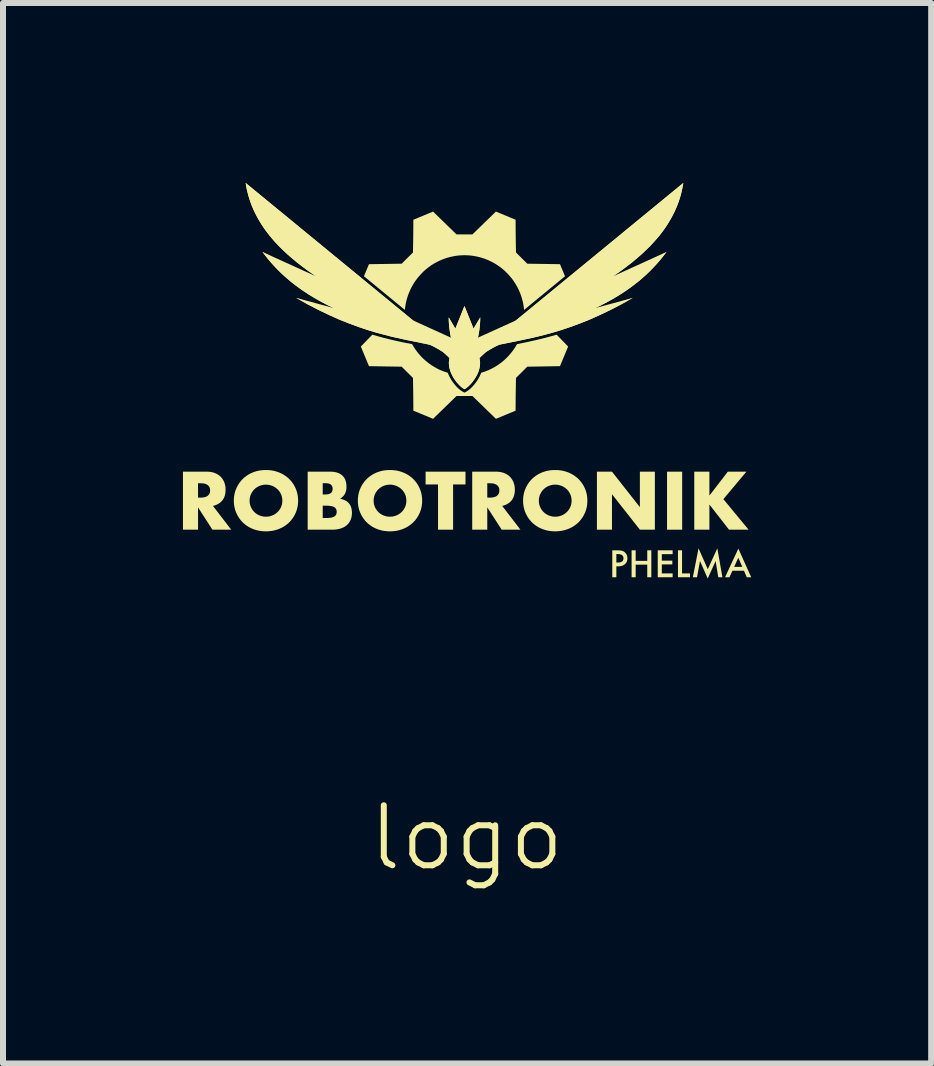
<source format=kicad_pcb>
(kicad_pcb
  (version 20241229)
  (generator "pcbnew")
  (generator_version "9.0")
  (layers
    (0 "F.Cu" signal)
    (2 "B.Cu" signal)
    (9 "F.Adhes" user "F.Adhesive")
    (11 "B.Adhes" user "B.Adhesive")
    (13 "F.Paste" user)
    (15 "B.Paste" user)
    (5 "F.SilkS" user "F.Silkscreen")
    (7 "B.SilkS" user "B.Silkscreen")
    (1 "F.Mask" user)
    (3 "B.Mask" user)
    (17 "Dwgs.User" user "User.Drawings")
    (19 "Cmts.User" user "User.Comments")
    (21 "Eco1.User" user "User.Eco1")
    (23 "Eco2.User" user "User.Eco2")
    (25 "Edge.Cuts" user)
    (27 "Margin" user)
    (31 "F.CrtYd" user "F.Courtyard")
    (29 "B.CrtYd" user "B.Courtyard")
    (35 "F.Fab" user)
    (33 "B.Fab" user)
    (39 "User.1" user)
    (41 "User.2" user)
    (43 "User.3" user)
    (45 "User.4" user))
  (footprint "logo"
    (layer "F.Cu")
    (at 4.729 4.178)
    (property "Reference" "logo" (at 0 6.739 0) (unlocked yes) (layer "F.SilkS") (effects (font (size 1 1) (thickness 0.1))))
    (fp_poly (pts (xy 0.015 -1.097) (xy -0.036 -0.99) (xy -0.087 -1.097) (xy -0.036 -1.218)) (stroke (width 0) (type solid)) (fill yes) (layer "F.SilkS"))
    (fp_poly (pts (xy 3.593 1.602) (xy 3.341 1.602) (xy 3.341 0.635) (xy 3.593 0.635)) (stroke (width 0) (type solid)) (fill yes) (layer "F.SilkS"))
    (fp_poly (pts (xy 3.591 2.331) (xy 3.723 2.331) (xy 3.723 2.395) (xy 3.523 2.395) (xy 3.523 1.946) (xy 3.591 1.946)) (stroke (width 0) (type solid)) (fill yes) (layer "F.SilkS"))
    (fp_poly (pts (xy -0.019 0.848) (xy -0.226 0.848) (xy -0.226 1.602) (xy -0.477 1.602) (xy -0.477 0.848) (xy -0.684 0.848) (xy -0.684 0.635) (xy -0.019 0.635)) (stroke (width 0) (type solid)) (fill yes) (layer "F.SilkS"))
    (fp_poly (pts (xy 2.888 1.226) (xy 2.888 0.635) (xy 3.138 0.635) (xy 3.138 1.602) (xy 2.888 1.602) (xy 2.423 1.011) (xy 2.423 1.602) (xy 2.172 1.602) (xy 2.172 0.635) (xy 2.423 0.635)) (stroke (width 0) (type solid)) (fill yes) (layer "F.SilkS"))
    (fp_poly (pts (xy 4.264 2.395) (xy 4.195 2.395) (xy 4.151 2.124) (xy 4.019 2.416) (xy 3.89 2.124) (xy 3.841 2.395) (xy 3.771 2.395) (xy 3.866 1.913) (xy 4.02 2.261) (xy 4.179 1.913)) (stroke (width 0) (type solid)) (fill yes) (layer "F.SilkS"))
    (fp_poly (pts (xy 4.047 1.034) (xy 4.354 0.635) (xy 4.664 0.635) (xy 4.28 1.093) (xy 4.7 1.602) (xy 4.374 1.602) (xy 4.047 1.183) (xy 4.047 1.602) (xy 3.795 1.602) (xy 3.795 0.635) (xy 4.047 0.635)) (stroke (width 0) (type solid)) (fill yes) (layer "F.SilkS"))
    (fp_poly (pts (xy 2.818 2.122) (xy 3.011 2.122) (xy 3.011 1.946) (xy 3.079 1.946) (xy 3.079 2.395) (xy 3.011 2.395) (xy 3.011 2.185) (xy 2.818 2.185) (xy 2.818 2.395) (xy 2.75 2.395) (xy 2.75 1.946) (xy 2.818 1.946)) (stroke (width 0) (type solid)) (fill yes) (layer "F.SilkS"))
    (fp_poly (pts (xy 3.434 2.01) (xy 3.254 2.01) (xy 3.254 2.118) (xy 3.429 2.118) (xy 3.429 2.181) (xy 3.254 2.181) (xy 3.254 2.331) (xy 3.434 2.331) (xy 3.434 2.395) (xy 3.186 2.395) (xy 3.186 1.946) (xy 3.434 1.946)) (stroke (width 0) (type solid)) (fill yes) (layer "F.SilkS"))
    (fp_poly (pts (xy 4.744 2.395) (xy 4.67 2.395) (xy 4.623 2.286) (xy 4.431 2.286) (xy 4.381 2.395) (xy 4.308 2.395) (xy 4.388 2.222) (xy 4.459 2.222) (xy 4.595 2.222) (xy 4.529 2.07) (xy 4.459 2.222) (xy 4.388 2.222) (xy 4.53 1.918)) (stroke (width 0) (type solid)) (fill yes) (layer "F.SilkS"))
    (fp_poly (pts (xy 0.113 -1.708) (xy 0.214 -1.885) (xy 0.215 -1.856) (xy 0.212 -1.822) (xy 0.207 -1.782) (xy 0.2 -1.738) (xy 0.179 -1.639) (xy 0.152 -1.531) (xy 0.119 -1.419) (xy 0.083 -1.31) (xy 0.063 -1.258) (xy 0.044 -1.209) (xy 0.024 -1.164) (xy 0.004 -1.123) (xy -0.036 -1.218) (xy -0.076 -1.123) (xy -0.096 -1.164) (xy -0.116 -1.21) (xy -0.136 -1.258) (xy -0.155 -1.31) (xy -0.174 -1.364) (xy -0.191 -1.419) (xy -0.224 -1.531) (xy -0.252 -1.639) (xy -0.263 -1.69) (xy -0.272 -1.738) (xy -0.279 -1.782) (xy -0.284 -1.822) (xy -0.287 -1.856) (xy -0.287 -1.885) (xy -0.185 -1.708) (xy -0.036 -2.064)) (stroke (width 0) (type solid)) (fill yes) (layer "F.SilkS"))
    (fp_poly (pts (xy 3.593 -4.076) (xy 3.57 -3.978) (xy 3.54 -3.882) (xy 3.506 -3.789) (xy 3.466 -3.698) (xy 3.421 -3.61) (xy 3.372 -3.525) (xy 3.319 -3.442) (xy 3.261 -3.361) (xy 3.199 -3.282) (xy 3.065 -3.132) (xy 2.917 -2.99) (xy 2.758 -2.854) (xy 2.59 -2.726) (xy 2.414 -2.604) (xy 2.232 -2.487) (xy 2.045 -2.375) (xy 1.668 -2.164) (xy 1.295 -1.964) (xy 3.331 -3.027) (xy 3.246 -2.918) (xy 3.157 -2.815) (xy 3.065 -2.718) (xy 2.97 -2.628) (xy 2.872 -2.543) (xy 2.771 -2.464) (xy 2.668 -2.39) (xy 2.563 -2.32) (xy 2.456 -2.256) (xy 2.348 -2.195) (xy 2.239 -2.138) (xy 2.129 -2.085) (xy 2.019 -2.035) (xy 1.909 -1.988) (xy 1.688 -1.902) (xy 2.769 -2.262) (xy 2.577 -2.154) (xy 2.391 -2.058) (xy 2.213 -1.973) (xy 2.043 -1.897) (xy 1.879 -1.832) (xy 1.723 -1.775) (xy 1.574 -1.725) (xy 1.432 -1.682) (xy 1.296 -1.645) (xy 1.168 -1.613) (xy 0.932 -1.561) (xy 0.541 -1.481) (xy 0.512 -1.467) (xy 0.483 -1.453) (xy 0.455 -1.438) (xy 0.427 -1.423) (xy 0.4 -1.408) (xy 0.374 -1.392) (xy 0.348 -1.376) (xy 0.323 -1.36) (xy 0.308 -1.347) (xy 0.294 -1.335) (xy 0.28 -1.322) (xy 0.266 -1.309) (xy 0.252 -1.297) (xy 0.239 -1.284) (xy 0.226 -1.271) (xy 0.213 -1.258) (xy 0.209 -1.275) (xy 0.204 -1.292) (xy 0.198 -1.308) (xy 0.192 -1.325) (xy 0.186 -1.342) (xy 0.179 -1.359) (xy 0.171 -1.377) (xy 0.164 -1.394) (xy 0.262 -1.427) (xy 3.612 -4.178)) (stroke (width 0) (type solid)) (fill yes) (layer "F.SilkS"))
    (fp_poly (pts (xy -0.334 -1.427) (xy -0.236 -1.394) (xy -0.243 -1.377) (xy -0.251 -1.36) (xy -0.258 -1.342) (xy -0.264 -1.325) (xy -0.27 -1.308) (xy -0.276 -1.292) (xy -0.281 -1.275) (xy -0.285 -1.258) (xy -0.298 -1.271) (xy -0.311 -1.284) (xy -0.324 -1.297) (xy -0.338 -1.309) (xy -0.352 -1.322) (xy -0.366 -1.335) (xy -0.38 -1.347) (xy -0.395 -1.36) (xy -0.42 -1.376) (xy -0.446 -1.392) (xy -0.472 -1.408) (xy -0.499 -1.423) (xy -0.527 -1.438) (xy -0.555 -1.453) (xy -0.584 -1.467) (xy -0.613 -1.481) (xy -1.005 -1.561) (xy -1.24 -1.613) (xy -1.504 -1.682) (xy -1.646 -1.725) (xy -1.795 -1.775) (xy -1.951 -1.832) (xy -2.115 -1.897) (xy -2.285 -1.973) (xy -2.463 -2.058) (xy -2.649 -2.154) (xy -2.842 -2.262) (xy -1.761 -1.902) (xy -1.981 -1.988) (xy -2.091 -2.035) (xy -2.202 -2.085) (xy -2.311 -2.138) (xy -2.421 -2.195) (xy -2.529 -2.256) (xy -2.635 -2.32) (xy -2.74 -2.39) (xy -2.843 -2.464) (xy -2.944 -2.543) (xy -3.042 -2.628) (xy -3.137 -2.718) (xy -3.229 -2.815) (xy -3.318 -2.918) (xy -3.403 -3.027) (xy -1.366 -1.963) (xy -1.739 -2.163) (xy -2.117 -2.375) (xy -2.303 -2.487) (xy -2.486 -2.604) (xy -2.662 -2.726) (xy -2.83 -2.854) (xy -2.989 -2.989) (xy -3.064 -3.06) (xy -3.137 -3.132) (xy -3.206 -3.206) (xy -3.271 -3.282) (xy -3.333 -3.361) (xy -3.391 -3.442) (xy -3.444 -3.525) (xy -3.493 -3.61) (xy -3.538 -3.698) (xy -3.578 -3.789) (xy -3.612 -3.882) (xy -3.642 -3.978) (xy -3.666 -4.076) (xy -3.684 -4.178)) (stroke (width 0) (type solid)) (fill yes) (layer "F.SilkS"))
    (fp_poly (pts (xy 0.154 -1.396) (xy 0.165 -1.369) (xy 0.17 -1.356) (xy 0.174 -1.342) (xy 0.179 -1.329) (xy 0.183 -1.316) (xy 0.186 -1.303) (xy 0.189 -1.289) (xy 0.192 -1.276) (xy 0.195 -1.264) (xy 0.196 -1.251) (xy 0.198 -1.238) (xy 0.199 -1.226) (xy 0.199 -1.213) (xy 0.198 -1.196) (xy 0.197 -1.178) (xy 0.195 -1.161) (xy 0.192 -1.143) (xy 0.188 -1.126) (xy 0.184 -1.109) (xy 0.179 -1.092) (xy 0.173 -1.075) (xy 0.167 -1.059) (xy 0.16 -1.043) (xy 0.153 -1.027) (xy 0.145 -1.011) (xy 0.137 -0.996) (xy 0.129 -0.981) (xy 0.111 -0.952) (xy 0.092 -0.925) (xy 0.073 -0.899) (xy 0.054 -0.876) (xy 0.034 -0.855) (xy 0.015 -0.837) (xy -0.003 -0.821) (xy -0.02 -0.809) (xy -0.028 -0.803) (xy -0.036 -0.799) (xy -0.052 -0.809) (xy -0.069 -0.821) (xy -0.087 -0.837) (xy -0.106 -0.855) (xy -0.126 -0.876) (xy -0.145 -0.899) (xy -0.164 -0.925) (xy -0.183 -0.952) (xy -0.201 -0.981) (xy -0.217 -1.011) (xy -0.232 -1.043) (xy -0.245 -1.075) (xy -0.256 -1.109) (xy -0.264 -1.143) (xy -0.267 -1.161) (xy -0.269 -1.178) (xy -0.27 -1.196) (xy -0.271 -1.213) (xy -0.271 -1.226) (xy -0.27 -1.238) (xy -0.268 -1.251) (xy -0.267 -1.264) (xy -0.264 -1.276) (xy -0.262 -1.289) (xy -0.258 -1.303) (xy -0.255 -1.316) (xy -0.251 -1.329) (xy -0.246 -1.342) (xy -0.237 -1.369) (xy -0.226 -1.396) (xy -0.214 -1.423) (xy -0.194 -1.361) (xy -0.172 -1.301) (xy -0.15 -1.243) (xy -0.127 -1.187) (xy -0.104 -1.134) (xy -0.081 -1.083) (xy -0.058 -1.035) (xy -0.036 -0.99) (xy 0.009 -1.083) (xy 0.032 -1.134) (xy 0.055 -1.187) (xy 0.078 -1.243) (xy 0.1 -1.301) (xy 0.122 -1.361) (xy 0.142 -1.423)) (stroke (width 0) (type solid)) (fill yes) (layer "F.SilkS"))
    (fp_poly (pts (xy 0.816 -3.565) (xy 0.818 -3.294) (xy 0.821 -3.107) (xy 0.823 -3.019) (xy 1.011 -2.832) (xy 1.556 -2.824) (xy 1.64 -2.623) (xy 0.958 -2.062) (xy 0.952 -2.11) (xy 0.945 -2.158) (xy 0.935 -2.204) (xy 0.923 -2.249) (xy 0.909 -2.294) (xy 0.893 -2.338) (xy 0.875 -2.38) (xy 0.856 -2.422) (xy 0.834 -2.462) (xy 0.811 -2.502) (xy 0.786 -2.54) (xy 0.759 -2.577) (xy 0.731 -2.612) (xy 0.701 -2.646) (xy 0.67 -2.679) (xy 0.637 -2.711) (xy 0.603 -2.741) (xy 0.568 -2.769) (xy 0.531 -2.795) (xy 0.493 -2.821) (xy 0.454 -2.844) (xy 0.414 -2.865) (xy 0.373 -2.885) (xy 0.331 -2.903) (xy 0.288 -2.919) (xy 0.244 -2.933) (xy 0.199 -2.945) (xy 0.153 -2.955) (xy 0.107 -2.963) (xy 0.06 -2.969) (xy 0.012 -2.972) (xy -0.036 -2.974) (xy -0.084 -2.972) (xy -0.132 -2.969) (xy -0.179 -2.963) (xy -0.225 -2.955) (xy -0.271 -2.945) (xy -0.316 -2.933) (xy -0.36 -2.919) (xy -0.403 -2.903) (xy -0.445 -2.885) (xy -0.486 -2.865) (xy -0.526 -2.844) (xy -0.566 -2.821) (xy -0.603 -2.796) (xy -0.64 -2.769) (xy -0.675 -2.741) (xy -0.71 -2.711) (xy -0.742 -2.679) (xy -0.773 -2.646) (xy -0.803 -2.612) (xy -0.831 -2.577) (xy -0.858 -2.54) (xy -0.883 -2.502) (xy -0.906 -2.462) (xy -0.928 -2.422) (xy -0.947 -2.38) (xy -0.965 -2.338) (xy -0.981 -2.294) (xy -0.995 -2.249) (xy -1.007 -2.204) (xy -1.017 -2.158) (xy -1.024 -2.11) (xy -1.03 -2.062) (xy -1.712 -2.623) (xy -1.628 -2.824) (xy -1.083 -2.832) (xy -0.895 -3.019) (xy -0.893 -3.107) (xy -0.89 -3.294) (xy -0.888 -3.565) (xy -0.56 -3.701) (xy -0.169 -3.321) (xy -0.036 -3.321) (xy 0.097 -3.321) (xy 0.488 -3.701)) (stroke (width 0) (type solid)) (fill yes) (layer "F.SilkS"))
    (fp_poly (pts (xy 0.115 -1.749) (xy 0.227 -1.937) (xy 0.226 -1.904) (xy 0.225 -1.87) (xy 0.223 -1.837) (xy 0.22 -1.804) (xy 0.217 -1.772) (xy 0.213 -1.739) (xy 0.204 -1.675) (xy 0.192 -1.613) (xy 0.178 -1.551) (xy 0.162 -1.491) (xy 0.145 -1.432) (xy 0.161 -1.4) (xy 0.176 -1.367) (xy 0.183 -1.35) (xy 0.189 -1.334) (xy 0.195 -1.318) (xy 0.201 -1.301) (xy 0.206 -1.285) (xy 0.21 -1.269) (xy 0.214 -1.253) (xy 0.218 -1.238) (xy 0.22 -1.222) (xy 0.222 -1.206) (xy 0.223 -1.191) (xy 0.224 -1.176) (xy 0.223 -1.157) (xy 0.222 -1.139) (xy 0.219 -1.121) (xy 0.216 -1.102) (xy 0.212 -1.084) (xy 0.207 -1.066) (xy 0.202 -1.048) (xy 0.196 -1.031) (xy 0.189 -1.013) (xy 0.181 -0.996) (xy 0.173 -0.979) (xy 0.165 -0.963) (xy 0.156 -0.947) (xy 0.146 -0.931) (xy 0.127 -0.901) (xy 0.106 -0.872) (xy 0.085 -0.845) (xy 0.063 -0.821) (xy 0.041 -0.799) (xy 0.02 -0.78) (xy 0.000249 -0.763) (xy -0.019 -0.75) (xy -0.036 -0.74) (xy -0.053 -0.75) (xy -0.072 -0.763) (xy -0.093 -0.78) (xy -0.114 -0.799) (xy -0.135 -0.821) (xy -0.157 -0.845) (xy -0.178 -0.872) (xy -0.199 -0.901) (xy -0.219 -0.931) (xy -0.237 -0.963) (xy -0.253 -0.996) (xy -0.268 -1.031) (xy -0.279 -1.066) (xy -0.284 -1.084) (xy -0.288 -1.102) (xy -0.292 -1.121) (xy -0.294 -1.139) (xy -0.295 -1.157) (xy -0.296 -1.176) (xy -0.296 -1.191) (xy -0.294 -1.206) (xy -0.292 -1.222) (xy -0.29 -1.238) (xy -0.286 -1.253) (xy -0.283 -1.269) (xy -0.278 -1.285) (xy -0.273 -1.302) (xy -0.267 -1.318) (xy -0.261 -1.334) (xy -0.255 -1.35) (xy -0.248 -1.367) (xy -0.233 -1.4) (xy -0.217 -1.432) (xy -0.234 -1.491) (xy -0.25 -1.551) (xy -0.264 -1.613) (xy -0.276 -1.675) (xy -0.285 -1.739) (xy -0.293 -1.804) (xy -0.295 -1.837) (xy -0.297 -1.87) (xy -0.298 -1.904) (xy -0.299 -1.937) (xy -0.188 -1.749) (xy -0.036 -2.127)) (stroke (width 0) (type solid)) (fill yes) (layer "F.SilkS"))
    (fp_poly (pts (xy 2.519 1.946) (xy 2.531 1.947) (xy 2.543 1.947) (xy 2.555 1.948) (xy 2.565 1.949) (xy 2.574 1.951) (xy 2.583 1.952) (xy 2.59 1.954) (xy 2.594 1.955) (xy 2.597 1.956) (xy 2.601 1.958) (xy 2.604 1.959) (xy 2.608 1.96) (xy 2.611 1.962) (xy 2.614 1.964) (xy 2.618 1.965) (xy 2.621 1.967) (xy 2.624 1.969) (xy 2.627 1.971) (xy 2.63 1.974) (xy 2.633 1.976) (xy 2.636 1.979) (xy 2.639 1.981) (xy 2.641 1.984) (xy 2.646 1.989) (xy 2.65 1.993) (xy 2.654 1.999) (xy 2.658 2.004) (xy 2.662 2.009) (xy 2.665 2.015) (xy 2.668 2.021) (xy 2.67 2.026) (xy 2.673 2.033) (xy 2.675 2.039) (xy 2.676 2.045) (xy 2.678 2.052) (xy 2.679 2.058) (xy 2.679 2.065) (xy 2.68 2.072) (xy 2.68 2.079) (xy 2.68 2.087) (xy 2.679 2.094) (xy 2.679 2.101) (xy 2.677 2.108) (xy 2.676 2.115) (xy 2.674 2.122) (xy 2.672 2.128) (xy 2.67 2.134) (xy 2.667 2.14) (xy 2.664 2.146) (xy 2.66 2.152) (xy 2.657 2.157) (xy 2.653 2.162) (xy 2.648 2.167) (xy 2.644 2.172) (xy 2.639 2.177) (xy 2.633 2.181) (xy 2.628 2.185) (xy 2.622 2.189) (xy 2.616 2.193) (xy 2.61 2.196) (xy 2.604 2.199) (xy 2.597 2.201) (xy 2.59 2.204) (xy 2.583 2.206) (xy 2.576 2.208) (xy 2.568 2.209) (xy 2.561 2.211) (xy 2.553 2.212) (xy 2.544 2.212) (xy 2.536 2.213) (xy 2.527 2.213) (xy 2.496 2.213) (xy 2.496 2.395) (xy 2.428 2.395) (xy 2.428 2.15) (xy 2.496 2.15) (xy 2.521 2.15) (xy 2.533 2.15) (xy 2.543 2.149) (xy 2.553 2.147) (xy 2.562 2.146) (xy 2.566 2.144) (xy 2.571 2.143) (xy 2.574 2.142) (xy 2.578 2.14) (xy 2.582 2.138) (xy 2.585 2.136) (xy 2.588 2.134) (xy 2.591 2.132) (xy 2.594 2.13) (xy 2.597 2.127) (xy 2.599 2.125) (xy 2.601 2.122) (xy 2.604 2.119) (xy 2.605 2.116) (xy 2.607 2.113) (xy 2.609 2.11) (xy 2.61 2.106) (xy 2.611 2.103) (xy 2.612 2.099) (xy 2.613 2.095) (xy 2.614 2.091) (xy 2.614 2.087) (xy 2.615 2.083) (xy 2.615 2.078) (xy 2.615 2.074) (xy 2.614 2.07) (xy 2.614 2.066) (xy 2.613 2.062) (xy 2.612 2.058) (xy 2.611 2.055) (xy 2.61 2.051) (xy 2.609 2.048) (xy 2.607 2.045) (xy 2.605 2.042) (xy 2.603 2.039) (xy 2.601 2.036) (xy 2.599 2.033) (xy 2.596 2.031) (xy 2.593 2.028) (xy 2.591 2.026) (xy 2.587 2.024) (xy 2.584 2.022) (xy 2.581 2.02) (xy 2.577 2.018) (xy 2.573 2.017) (xy 2.569 2.016) (xy 2.565 2.014) (xy 2.56 2.013) (xy 2.556 2.012) (xy 2.551 2.011) (xy 2.546 2.01) (xy 2.541 2.01) (xy 2.536 2.009) (xy 2.53 2.009) (xy 2.524 2.009) (xy 2.518 2.009) (xy 2.496 2.009) (xy 2.496 2.15) (xy 2.428 2.15) (xy 2.428 1.946) (xy 2.505 1.946)) (stroke (width 0) (type solid)) (fill yes) (layer "F.SilkS"))
    (fp_poly (pts (xy 1.692 -1.451) (xy 1.556 -1.124) (xy 1.011 -1.115) (xy 0.823 -0.928) (xy 0.821 -0.84) (xy 0.818 -0.653) (xy 0.816 -0.382) (xy 0.488 -0.246) (xy 0.097 -0.626) (xy -0.036 -0.626) (xy -0.169 -0.626) (xy -0.56 -0.246) (xy -0.888 -0.382) (xy -0.89 -0.653) (xy -0.893 -0.84) (xy -0.895 -0.928) (xy -1.083 -1.115) (xy -1.628 -1.124) (xy -1.764 -1.451) (xy -1.572 -1.649) (xy -1.478 -1.622) (xy -1.387 -1.597) (xy -1.299 -1.575) (xy -1.215 -1.555) (xy -1.134 -1.537) (xy -1.056 -1.52) (xy -0.909 -1.491) (xy -0.884 -1.448) (xy -0.857 -1.407) (xy -0.828 -1.367) (xy -0.798 -1.329) (xy -0.766 -1.293) (xy -0.732 -1.258) (xy -0.696 -1.225) (xy -0.659 -1.193) (xy -0.62 -1.164) (xy -0.58 -1.136) (xy -0.539 -1.111) (xy -0.497 -1.087) (xy -0.453 -1.065) (xy -0.408 -1.046) (xy -0.362 -1.029) (xy -0.315 -1.014) (xy -0.311 -1.004) (xy -0.307 -0.995) (xy -0.299 -0.976) (xy -0.29 -0.957) (xy -0.281 -0.94) (xy -0.271 -0.922) (xy -0.261 -0.905) (xy -0.251 -0.888) (xy -0.24 -0.872) (xy -0.229 -0.857) (xy -0.218 -0.842) (xy -0.207 -0.827) (xy -0.195 -0.813) (xy -0.184 -0.8) (xy -0.173 -0.787) (xy -0.161 -0.775) (xy -0.15 -0.763) (xy -0.138 -0.753) (xy -0.126 -0.742) (xy -0.115 -0.733) (xy -0.104 -0.724) (xy -0.092 -0.716) (xy -0.081 -0.708) (xy -0.07 -0.701) (xy -0.059 -0.695) (xy -0.059 -0.695) (xy -0.059 -0.695) (xy -0.059 -0.695) (xy -0.059 -0.695) (xy -0.059 -0.695) (xy -0.059 -0.695) (xy -0.059 -0.695) (xy -0.059 -0.695) (xy -0.059 -0.695) (xy -0.059 -0.695) (xy -0.059 -0.695) (xy -0.059 -0.695) (xy -0.059 -0.695) (xy -0.059 -0.695) (xy -0.059 -0.695) (xy -0.059 -0.695) (xy -0.059 -0.695) (xy -0.059 -0.695) (xy -0.059 -0.695) (xy -0.059 -0.695) (xy -0.059 -0.695) (xy -0.059 -0.695) (xy -0.059 -0.695) (xy -0.059 -0.695) (xy -0.059 -0.695) (xy -0.059 -0.695) (xy -0.059 -0.695) (xy -0.059 -0.695) (xy -0.059 -0.695) (xy -0.059 -0.695) (xy -0.059 -0.695) (xy -0.059 -0.695) (xy -0.059 -0.695) (xy -0.036 -0.683) (xy -0.013 -0.695) (xy -0.002 -0.701) (xy 0.009 -0.708) (xy 0.02 -0.715) (xy 0.031 -0.724) (xy 0.043 -0.733) (xy 0.054 -0.742) (xy 0.066 -0.752) (xy 0.077 -0.763) (xy 0.089 -0.775) (xy 0.1 -0.787) (xy 0.112 -0.8) (xy 0.123 -0.813) (xy 0.135 -0.827) (xy 0.146 -0.842) (xy 0.157 -0.857) (xy 0.168 -0.872) (xy 0.179 -0.888) (xy 0.189 -0.905) (xy 0.199 -0.922) (xy 0.209 -0.939) (xy 0.218 -0.957) (xy 0.227 -0.976) (xy 0.235 -0.994) (xy 0.243 -1.014) (xy 0.29 -1.029) (xy 0.336 -1.046) (xy 0.381 -1.065) (xy 0.425 -1.087) (xy 0.468 -1.11) (xy 0.51 -1.136) (xy 0.55 -1.164) (xy 0.589 -1.193) (xy 0.626 -1.224) (xy 0.662 -1.258) (xy 0.696 -1.293) (xy 0.728 -1.329) (xy 0.759 -1.367) (xy 0.788 -1.407) (xy 0.815 -1.448) (xy 0.84 -1.491) (xy 0.986 -1.521) (xy 1.145 -1.556) (xy 1.229 -1.576) (xy 1.316 -1.598) (xy 1.406 -1.622) (xy 1.5 -1.649)) (stroke (width 0) (type solid)) (fill yes) (layer "F.SilkS"))
    (fp_poly (pts (xy -4.318 0.635) (xy -4.299 0.636) (xy -4.28 0.638) (xy -4.271 0.639) (xy -4.262 0.641) (xy -4.253 0.642) (xy -4.245 0.644) (xy -4.236 0.646) (xy -4.228 0.648) (xy -4.22 0.65) (xy -4.212 0.653) (xy -4.204 0.655) (xy -4.197 0.658) (xy -4.189 0.661) (xy -4.182 0.665) (xy -4.175 0.668) (xy -4.168 0.671) (xy -4.161 0.675) (xy -4.154 0.679) (xy -4.148 0.682) (xy -4.142 0.686) (xy -4.136 0.691) (xy -4.13 0.695) (xy -4.124 0.699) (xy -4.118 0.704) (xy -4.113 0.708) (xy -4.107 0.713) (xy -4.102 0.718) (xy -4.097 0.723) (xy -4.092 0.728) (xy -4.088 0.734) (xy -4.083 0.739) (xy -4.079 0.745) (xy -4.075 0.75) (xy -4.071 0.756) (xy -4.067 0.762) (xy -4.063 0.767) (xy -4.059 0.773) (xy -4.056 0.78) (xy -4.053 0.786) (xy -4.049 0.792) (xy -4.046 0.798) (xy -4.043 0.805) (xy -4.041 0.811) (xy -4.038 0.818) (xy -4.036 0.825) (xy -4.034 0.832) (xy -4.031 0.839) (xy -4.03 0.846) (xy -4.028 0.853) (xy -4.026 0.86) (xy -4.025 0.867) (xy -4.023 0.874) (xy -4.022 0.881) (xy -4.021 0.889) (xy -4.02 0.896) (xy -4.02 0.903) (xy -4.019 0.911) (xy -4.019 0.918) (xy -4.018 0.926) (xy -4.018 0.934) (xy -4.019 0.947) (xy -4.019 0.961) (xy -4.02 0.974) (xy -4.022 0.986) (xy -4.024 0.999) (xy -4.026 1.011) (xy -4.029 1.022) (xy -4.032 1.034) (xy -4.035 1.045) (xy -4.039 1.055) (xy -4.043 1.066) (xy -4.048 1.076) (xy -4.053 1.085) (xy -4.059 1.095) (xy -4.065 1.104) (xy -4.072 1.113) (xy -4.078 1.121) (xy -4.086 1.129) (xy -4.093 1.137) (xy -4.101 1.144) (xy -4.11 1.151) (xy -4.119 1.158) (xy -4.128 1.164) (xy -4.138 1.17) (xy -4.148 1.176) (xy -4.158 1.181) (xy -4.169 1.186) (xy -4.18 1.191) (xy -4.192 1.195) (xy -4.204 1.199) (xy -4.216 1.203) (xy -4.229 1.206) (xy -3.925 1.602) (xy -4.238 1.602) (xy -4.478 1.23) (xy -4.478 1.602) (xy -4.729 1.602) (xy -4.729 1.067) (xy -4.478 1.067) (xy -4.43 1.067) (xy -4.421 1.067) (xy -4.412 1.067) (xy -4.404 1.066) (xy -4.395 1.065) (xy -4.387 1.064) (xy -4.379 1.063) (xy -4.372 1.061) (xy -4.365 1.059) (xy -4.358 1.057) (xy -4.351 1.055) (xy -4.344 1.053) (xy -4.338 1.05) (xy -4.332 1.047) (xy -4.327 1.044) (xy -4.321 1.04) (xy -4.316 1.036) (xy -4.311 1.032) (xy -4.307 1.028) (xy -4.303 1.024) (xy -4.299 1.019) (xy -4.295 1.014) (xy -4.292 1.009) (xy -4.289 1.004) (xy -4.286 0.999) (xy -4.284 0.993) (xy -4.282 0.987) (xy -4.28 0.981) (xy -4.279 0.975) (xy -4.278 0.969) (xy -4.277 0.962) (xy -4.276 0.955) (xy -4.276 0.948) (xy -4.276 0.941) (xy -4.277 0.934) (xy -4.278 0.927) (xy -4.279 0.921) (xy -4.28 0.914) (xy -4.282 0.908) (xy -4.284 0.902) (xy -4.286 0.897) (xy -4.289 0.891) (xy -4.292 0.886) (xy -4.295 0.881) (xy -4.299 0.876) (xy -4.303 0.872) (xy -4.307 0.867) (xy -4.311 0.863) (xy -4.316 0.859) (xy -4.321 0.856) (xy -4.327 0.852) (xy -4.332 0.849) (xy -4.338 0.846) (xy -4.344 0.843) (xy -4.351 0.84) (xy -4.358 0.838) (xy -4.365 0.836) (xy -4.372 0.834) (xy -4.379 0.833) (xy -4.387 0.831) (xy -4.395 0.83) (xy -4.404 0.83) (xy -4.412 0.829) (xy -4.421 0.829) (xy -4.43 0.828) (xy -4.478 0.828) (xy -4.478 1.067) (xy -4.729 1.067) (xy -4.729 0.635) (xy -4.338 0.635)) (stroke (width 0) (type solid)) (fill yes) (layer "F.SilkS"))
    (fp_poly (pts (xy 0.504 0.635) (xy 0.523 0.636) (xy 0.542 0.638) (xy 0.551 0.639) (xy 0.56 0.641) (xy 0.568 0.642) (xy 0.577 0.644) (xy 0.585 0.646) (xy 0.594 0.648) (xy 0.602 0.65) (xy 0.61 0.653) (xy 0.618 0.655) (xy 0.625 0.658) (xy 0.633 0.661) (xy 0.64 0.665) (xy 0.647 0.668) (xy 0.654 0.671) (xy 0.661 0.675) (xy 0.667 0.679) (xy 0.674 0.682) (xy 0.68 0.686) (xy 0.686 0.691) (xy 0.692 0.695) (xy 0.698 0.699) (xy 0.704 0.704) (xy 0.709 0.708) (xy 0.715 0.713) (xy 0.72 0.718) (xy 0.725 0.723) (xy 0.729 0.728) (xy 0.734 0.734) (xy 0.739 0.739) (xy 0.743 0.745) (xy 0.747 0.75) (xy 0.751 0.756) (xy 0.755 0.762) (xy 0.759 0.767) (xy 0.763 0.773) (xy 0.766 0.78) (xy 0.769 0.786) (xy 0.773 0.792) (xy 0.776 0.798) (xy 0.778 0.805) (xy 0.781 0.811) (xy 0.784 0.818) (xy 0.786 0.825) (xy 0.788 0.832) (xy 0.79 0.839) (xy 0.792 0.846) (xy 0.794 0.853) (xy 0.796 0.86) (xy 0.797 0.867) (xy 0.799 0.874) (xy 0.8 0.881) (xy 0.801 0.889) (xy 0.802 0.896) (xy 0.802 0.903) (xy 0.803 0.911) (xy 0.803 0.918) (xy 0.804 0.926) (xy 0.804 0.934) (xy 0.803 0.947) (xy 0.803 0.961) (xy 0.802 0.974) (xy 0.8 0.986) (xy 0.798 0.999) (xy 0.796 1.011) (xy 0.793 1.022) (xy 0.79 1.034) (xy 0.787 1.045) (xy 0.783 1.055) (xy 0.778 1.066) (xy 0.774 1.076) (xy 0.768 1.085) (xy 0.763 1.095) (xy 0.757 1.104) (xy 0.75 1.113) (xy 0.743 1.121) (xy 0.736 1.129) (xy 0.729 1.137) (xy 0.721 1.144) (xy 0.712 1.151) (xy 0.703 1.158) (xy 0.694 1.164) (xy 0.684 1.17) (xy 0.674 1.176) (xy 0.664 1.181) (xy 0.653 1.186) (xy 0.642 1.191) (xy 0.63 1.195) (xy 0.618 1.199) (xy 0.606 1.203) (xy 0.593 1.206) (xy 0.897 1.602) (xy 0.584 1.602) (xy 0.344 1.23) (xy 0.344 1.602) (xy 0.093 1.602) (xy 0.093 1.067) (xy 0.344 1.067) (xy 0.392 1.067) (xy 0.401 1.067) (xy 0.41 1.067) (xy 0.418 1.066) (xy 0.427 1.065) (xy 0.435 1.064) (xy 0.443 1.063) (xy 0.45 1.061) (xy 0.457 1.059) (xy 0.464 1.057) (xy 0.471 1.055) (xy 0.478 1.053) (xy 0.484 1.05) (xy 0.49 1.047) (xy 0.495 1.044) (xy 0.501 1.04) (xy 0.506 1.036) (xy 0.511 1.032) (xy 0.515 1.028) (xy 0.519 1.024) (xy 0.523 1.019) (xy 0.527 1.014) (xy 0.53 1.009) (xy 0.533 1.004) (xy 0.536 0.999) (xy 0.538 0.993) (xy 0.54 0.987) (xy 0.542 0.981) (xy 0.543 0.975) (xy 0.544 0.969) (xy 0.545 0.962) (xy 0.545 0.955) (xy 0.546 0.948) (xy 0.545 0.941) (xy 0.545 0.934) (xy 0.544 0.927) (xy 0.543 0.921) (xy 0.542 0.914) (xy 0.54 0.908) (xy 0.538 0.902) (xy 0.536 0.897) (xy 0.533 0.891) (xy 0.53 0.886) (xy 0.527 0.881) (xy 0.523 0.876) (xy 0.519 0.872) (xy 0.515 0.867) (xy 0.511 0.863) (xy 0.506 0.859) (xy 0.501 0.856) (xy 0.495 0.852) (xy 0.49 0.849) (xy 0.484 0.846) (xy 0.478 0.843) (xy 0.471 0.84) (xy 0.464 0.838) (xy 0.457 0.836) (xy 0.45 0.834) (xy 0.443 0.833) (xy 0.435 0.831) (xy 0.427 0.83) (xy 0.418 0.83) (xy 0.41 0.829) (xy 0.401 0.829) (xy 0.392 0.828) (xy 0.344 0.828) (xy 0.344 1.067) (xy 0.093 1.067) (xy 0.093 0.635) (xy 0.484 0.635)) (stroke (width 0) (type solid)) (fill yes) (layer "F.SilkS"))
    (fp_poly (pts (xy 3.601 -4.115) (xy 3.588 -4.054) (xy 3.574 -3.993) (xy 3.557 -3.933) (xy 3.538 -3.875) (xy 3.517 -3.817) (xy 3.469 -3.705) (xy 3.414 -3.597) (xy 3.352 -3.493) (xy 3.284 -3.392) (xy 3.209 -3.295) (xy 3.129 -3.201) (xy 3.043 -3.11) (xy 2.953 -3.022) (xy 2.858 -2.938) (xy 2.759 -2.855) (xy 2.656 -2.776) (xy 2.551 -2.698) (xy 2.442 -2.623) (xy 3.331 -3.027) (xy 3.268 -2.946) (xy 3.204 -2.867) (xy 3.137 -2.793) (xy 3.069 -2.722) (xy 2.999 -2.654) (xy 2.927 -2.59) (xy 2.853 -2.528) (xy 2.779 -2.47) (xy 2.703 -2.414) (xy 2.626 -2.361) (xy 2.548 -2.311) (xy 2.469 -2.263) (xy 2.389 -2.217) (xy 2.309 -2.174) (xy 2.228 -2.132) (xy 2.146 -2.093) (xy 2.769 -2.262) (xy 2.577 -2.154) (xy 2.391 -2.058) (xy 2.213 -1.973) (xy 2.043 -1.897) (xy 1.879 -1.832) (xy 1.723 -1.775) (xy 1.574 -1.725) (xy 1.432 -1.682) (xy 1.296 -1.645) (xy 1.168 -1.613) (xy 0.932 -1.561) (xy 0.541 -1.481) (xy 0.512 -1.467) (xy 0.483 -1.453) (xy 0.455 -1.438) (xy 0.427 -1.423) (xy 0.4 -1.408) (xy 0.374 -1.392) (xy 0.348 -1.376) (xy 0.323 -1.36) (xy 0.308 -1.347) (xy 0.294 -1.335) (xy 0.28 -1.322) (xy 0.266 -1.309) (xy 0.252 -1.297) (xy 0.239 -1.284) (xy 0.226 -1.271) (xy 0.213 -1.258) (xy 0.215 -1.248) (xy 0.217 -1.237) (xy 0.219 -1.227) (xy 0.221 -1.216) (xy 0.222 -1.206) (xy 0.223 -1.196) (xy 0.224 -1.186) (xy 0.224 -1.176) (xy 0.223 -1.157) (xy 0.222 -1.139) (xy 0.219 -1.121) (xy 0.216 -1.102) (xy 0.212 -1.084) (xy 0.207 -1.066) (xy 0.202 -1.048) (xy 0.196 -1.031) (xy 0.189 -1.013) (xy 0.181 -0.996) (xy 0.173 -0.979) (xy 0.165 -0.963) (xy 0.156 -0.947) (xy 0.146 -0.931) (xy 0.127 -0.901) (xy 0.106 -0.872) (xy 0.085 -0.845) (xy 0.063 -0.821) (xy 0.041 -0.799) (xy 0.02 -0.78) (xy 0.000249 -0.763) (xy -0.019 -0.75) (xy -0.036 -0.74) (xy -0.053 -0.75) (xy -0.072 -0.763) (xy -0.093 -0.78) (xy -0.114 -0.799) (xy -0.135 -0.821) (xy -0.157 -0.845) (xy -0.178 -0.872) (xy -0.199 -0.901) (xy -0.219 -0.931) (xy -0.237 -0.963) (xy -0.253 -0.996) (xy -0.268 -1.031) (xy -0.279 -1.066) (xy -0.284 -1.084) (xy -0.288 -1.102) (xy -0.292 -1.121) (xy -0.294 -1.139) (xy -0.295 -1.157) (xy -0.296 -1.176) (xy -0.296 -1.186) (xy -0.295 -1.196) (xy -0.294 -1.206) (xy -0.293 -1.216) (xy -0.291 -1.227) (xy -0.29 -1.237) (xy -0.287 -1.248) (xy -0.285 -1.258) (xy -0.298 -1.271) (xy -0.311 -1.284) (xy -0.324 -1.297) (xy -0.338 -1.309) (xy -0.352 -1.322) (xy -0.366 -1.335) (xy -0.38 -1.347) (xy -0.395 -1.36) (xy -0.42 -1.376) (xy -0.446 -1.392) (xy -0.472 -1.408) (xy -0.499 -1.423) (xy -0.527 -1.438) (xy -0.555 -1.453) (xy -0.584 -1.467) (xy -0.613 -1.481) (xy -1.005 -1.561) (xy -1.24 -1.613) (xy -1.504 -1.682) (xy -1.646 -1.725) (xy -1.795 -1.775) (xy -1.951 -1.832) (xy -2.115 -1.897) (xy -2.285 -1.973) (xy -2.463 -2.058) (xy -2.649 -2.154) (xy -2.842 -2.262) (xy -2.218 -2.093) (xy -2.3 -2.132) (xy -2.381 -2.174) (xy -2.461 -2.217) (xy -2.541 -2.263) (xy -2.62 -2.311) (xy -2.698 -2.361) (xy -2.775 -2.414) (xy -2.851 -2.47) (xy -2.926 -2.528) (xy -2.999 -2.59) (xy -3.071 -2.654) (xy -3.141 -2.722) (xy -3.209 -2.793) (xy -3.276 -2.867) (xy -3.34 -2.946) (xy -3.403 -3.027) (xy -2.514 -2.623) (xy -2.623 -2.698) (xy -2.729 -2.776) (xy -2.831 -2.855) (xy -2.93 -2.938) (xy -3.025 -3.023) (xy -3.115 -3.11) (xy -3.201 -3.201) (xy -3.281 -3.295) (xy -3.356 -3.392) (xy -3.424 -3.493) (xy -3.486 -3.597) (xy -3.541 -3.705) (xy -3.589 -3.817) (xy -3.629 -3.933) (xy -3.661 -4.054) (xy -3.673 -4.115) (xy -3.684 -4.178) (xy -0.895 -1.887) (xy -0.261 -1.599) (xy -0.269 -1.639) (xy -0.276 -1.681) (xy -0.283 -1.722) (xy -0.288 -1.764) (xy -0.293 -1.807) (xy -0.296 -1.85) (xy -0.298 -1.893) (xy -0.299 -1.937) (xy -0.188 -1.749) (xy -0.036 -2.127) (xy 0.115 -1.749) (xy 0.227 -1.937) (xy 0.226 -1.893) (xy 0.224 -1.85) (xy 0.221 -1.807) (xy 0.216 -1.764) (xy 0.211 -1.722) (xy 0.204 -1.681) (xy 0.197 -1.639) (xy 0.188 -1.599) (xy 0.823 -1.887) (xy 3.612 -4.178)) (stroke (width 0) (type solid)) (fill yes) (layer "F.SilkS"))
    (fp_poly (pts (xy -2.259 0.635) (xy -2.243 0.636) (xy -2.228 0.637) (xy -2.213 0.639) (xy -2.198 0.641) (xy -2.184 0.644) (xy -2.171 0.647) (xy -2.158 0.651) (xy -2.146 0.655) (xy -2.134 0.66) (xy -2.122 0.665) (xy -2.111 0.671) (xy -2.101 0.677) (xy -2.091 0.684) (xy -2.082 0.691) (xy -2.073 0.699) (xy -2.064 0.707) (xy -2.056 0.716) (xy -2.049 0.725) (xy -2.042 0.734) (xy -2.036 0.744) (xy -2.03 0.755) (xy -2.025 0.766) (xy -2.021 0.777) (xy -2.017 0.789) (xy -2.013 0.801) (xy -2.01 0.814) (xy -2.008 0.827) (xy -2.006 0.84) (xy -2.004 0.854) (xy -2.004 0.869) (xy -2.003 0.884) (xy -2.003 0.893) (xy -2.004 0.902) (xy -2.004 0.91) (xy -2.005 0.919) (xy -2.006 0.927) (xy -2.007 0.935) (xy -2.008 0.943) (xy -2.01 0.951) (xy -2.012 0.958) (xy -2.014 0.965) (xy -2.016 0.972) (xy -2.018 0.979) (xy -2.021 0.986) (xy -2.023 0.992) (xy -2.026 0.999) (xy -2.03 1.005) (xy -2.033 1.011) (xy -2.037 1.017) (xy -2.04 1.022) (xy -2.044 1.028) (xy -2.049 1.034) (xy -2.053 1.039) (xy -2.058 1.044) (xy -2.063 1.049) (xy -2.068 1.054) (xy -2.073 1.059) (xy -2.079 1.064) (xy -2.085 1.069) (xy -2.091 1.073) (xy -2.097 1.078) (xy -2.103 1.082) (xy -2.11 1.086) (xy -2.097 1.089) (xy -2.084 1.092) (xy -2.072 1.096) (xy -2.06 1.099) (xy -2.049 1.103) (xy -2.038 1.108) (xy -2.028 1.113) (xy -2.023 1.115) (xy -2.018 1.118) (xy -2.013 1.121) (xy -2.009 1.123) (xy -2.004 1.126) (xy -2 1.129) (xy -1.996 1.132) (xy -1.992 1.135) (xy -1.988 1.138) (xy -1.984 1.141) (xy -1.98 1.145) (xy -1.976 1.148) (xy -1.973 1.152) (xy -1.969 1.155) (xy -1.966 1.159) (xy -1.963 1.162) (xy -1.959 1.166) (xy -1.956 1.17) (xy -1.954 1.174) (xy -1.951 1.178) (xy -1.948 1.182) (xy -1.945 1.186) (xy -1.943 1.19) (xy -1.941 1.194) (xy -1.938 1.198) (xy -1.936 1.203) (xy -1.934 1.207) (xy -1.932 1.211) (xy -1.93 1.216) (xy -1.928 1.22) (xy -1.927 1.225) (xy -1.925 1.23) (xy -1.924 1.234) (xy -1.922 1.239) (xy -1.92 1.249) (xy -1.918 1.259) (xy -1.916 1.269) (xy -1.915 1.279) (xy -1.914 1.289) (xy -1.913 1.3) (xy -1.912 1.31) (xy -1.912 1.321) (xy -1.912 1.33) (xy -1.913 1.338) (xy -1.913 1.346) (xy -1.914 1.354) (xy -1.915 1.362) (xy -1.916 1.37) (xy -1.917 1.378) (xy -1.918 1.385) (xy -1.92 1.393) (xy -1.921 1.4) (xy -1.923 1.408) (xy -1.926 1.415) (xy -1.928 1.422) (xy -1.93 1.429) (xy -1.933 1.435) (xy -1.936 1.442) (xy -1.939 1.448) (xy -1.942 1.455) (xy -1.946 1.461) (xy -1.949 1.467) (xy -1.953 1.473) (xy -1.956 1.479) (xy -1.96 1.485) (xy -1.964 1.49) (xy -1.969 1.496) (xy -1.973 1.501) (xy -1.978 1.506) (xy -1.982 1.511) (xy -1.987 1.516) (xy -1.992 1.521) (xy -1.997 1.526) (xy -2.003 1.53) (xy -2.008 1.535) (xy -2.014 1.539) (xy -2.019 1.543) (xy -2.025 1.547) (xy -2.031 1.551) (xy -2.038 1.555) (xy -2.044 1.558) (xy -2.05 1.562) (xy -2.057 1.565) (xy -2.064 1.568) (xy -2.071 1.571) (xy -2.078 1.574) (xy -2.085 1.577) (xy -2.092 1.58) (xy -2.1 1.582) (xy -2.107 1.584) (xy -2.123 1.589) (xy -2.139 1.592) (xy -2.156 1.595) (xy -2.173 1.598) (xy -2.19 1.6) (xy -2.208 1.601) (xy -2.227 1.602) (xy -2.246 1.602) (xy -2.65 1.602) (xy -2.65 1.407) (xy -2.399 1.407) (xy -2.343 1.407) (xy -2.321 1.407) (xy -2.299 1.406) (xy -2.289 1.405) (xy -2.28 1.404) (xy -2.271 1.403) (xy -2.262 1.401) (xy -2.254 1.4) (xy -2.246 1.398) (xy -2.238 1.396) (xy -2.231 1.394) (xy -2.225 1.391) (xy -2.218 1.389) (xy -2.213 1.386) (xy -2.207 1.383) (xy -2.205 1.381) (xy -2.202 1.38) (xy -2.2 1.378) (xy -2.198 1.376) (xy -2.196 1.375) (xy -2.193 1.373) (xy -2.191 1.371) (xy -2.189 1.369) (xy -2.188 1.367) (xy -2.186 1.365) (xy -2.184 1.363) (xy -2.182 1.36) (xy -2.181 1.358) (xy -2.179 1.356) (xy -2.178 1.354) (xy -2.177 1.351) (xy -2.175 1.349) (xy -2.174 1.346) (xy -2.173 1.344) (xy -2.172 1.341) (xy -2.171 1.338) (xy -2.17 1.335) (xy -2.17 1.333) (xy -2.169 1.33) (xy -2.168 1.327) (xy -2.168 1.324) (xy -2.167 1.321) (xy -2.167 1.318) (xy -2.166 1.311) (xy -2.166 1.305) (xy -2.166 1.298) (xy -2.167 1.292) (xy -2.168 1.285) (xy -2.169 1.279) (xy -2.17 1.274) (xy -2.172 1.268) (xy -2.174 1.263) (xy -2.177 1.258) (xy -2.179 1.253) (xy -2.182 1.249) (xy -2.186 1.244) (xy -2.189 1.24) (xy -2.193 1.236) (xy -2.198 1.233) (xy -2.202 1.229) (xy -2.207 1.226) (xy -2.213 1.223) (xy -2.218 1.221) (xy -2.225 1.218) (xy -2.231 1.216) (xy -2.238 1.213) (xy -2.246 1.211) (xy -2.254 1.21) (xy -2.262 1.208) (xy -2.271 1.207) (xy -2.28 1.205) (xy -2.289 1.204) (xy -2.299 1.203) (xy -2.31 1.203) (xy -2.321 1.202) (xy -2.332 1.202) (xy -2.343 1.202) (xy -2.399 1.202) (xy -2.399 1.407) (xy -2.65 1.407) (xy -2.65 1.015) (xy -2.399 1.015) (xy -2.352 1.015) (xy -2.338 1.014) (xy -2.325 1.013) (xy -2.312 1.011) (xy -2.301 1.009) (xy -2.295 1.007) (xy -2.29 1.005) (xy -2.285 1.003) (xy -2.28 1.001) (xy -2.276 0.999) (xy -2.272 0.997) (xy -2.268 0.994) (xy -2.264 0.991) (xy -2.26 0.988) (xy -2.257 0.985) (xy -2.254 0.982) (xy -2.251 0.978) (xy -2.248 0.974) (xy -2.246 0.97) (xy -2.244 0.966) (xy -2.242 0.962) (xy -2.24 0.957) (xy -2.238 0.953) (xy -2.237 0.948) (xy -2.236 0.943) (xy -2.235 0.938) (xy -2.235 0.932) (xy -2.234 0.927) (xy -2.234 0.921) (xy -2.234 0.915) (xy -2.235 0.909) (xy -2.235 0.904) (xy -2.236 0.899) (xy -2.237 0.894) (xy -2.238 0.889) (xy -2.24 0.884) (xy -2.242 0.88) (xy -2.244 0.876) (xy -2.246 0.871) (xy -2.248 0.868) (xy -2.251 0.864) (xy -2.254 0.86) (xy -2.257 0.857) (xy -2.26 0.854) (xy -2.264 0.851) (xy -2.268 0.848) (xy -2.272 0.845) (xy -2.276 0.843) (xy -2.28 0.84) (xy -2.285 0.838) (xy -2.29 0.836) (xy -2.295 0.835) (xy -2.301 0.833) (xy -2.306 0.832) (xy -2.312 0.83) (xy -2.318 0.829) (xy -2.325 0.829) (xy -2.331 0.828) (xy -2.338 0.828) (xy -2.345 0.827) (xy -2.352 0.827) (xy -2.399 0.827) (xy -2.399 1.015) (xy -2.65 1.015) (xy -2.65 0.635) (xy -2.275 0.635)) (stroke (width 0) (type solid)) (fill yes) (layer "F.SilkS"))
    (fp_poly (pts (xy -3.331 0.608) (xy -3.317 0.608) (xy -3.303 0.609) (xy -3.289 0.61) (xy -3.275 0.612) (xy -3.261 0.613) (xy -3.247 0.615) (xy -3.233 0.617) (xy -3.22 0.62) (xy -3.207 0.623) (xy -3.194 0.626) (xy -3.181 0.63) (xy -3.168 0.634) (xy -3.155 0.638) (xy -3.143 0.642) (xy -3.13 0.647) (xy -3.118 0.652) (xy -3.106 0.657) (xy -3.094 0.663) (xy -3.082 0.668) (xy -3.071 0.674) (xy -3.06 0.68) (xy -3.049 0.687) (xy -3.038 0.694) (xy -3.028 0.7) (xy -3.017 0.708) (xy -3.007 0.715) (xy -2.997 0.723) (xy -2.988 0.73) (xy -2.978 0.738) (xy -2.969 0.747) (xy -2.96 0.755) (xy -2.951 0.764) (xy -2.943 0.773) (xy -2.935 0.782) (xy -2.926 0.791) (xy -2.919 0.801) (xy -2.911 0.811) (xy -2.904 0.82) (xy -2.897 0.831) (xy -2.89 0.841) (xy -2.883 0.851) (xy -2.877 0.862) (xy -2.871 0.873) (xy -2.865 0.884) (xy -2.86 0.895) (xy -2.854 0.906) (xy -2.849 0.918) (xy -2.844 0.929) (xy -2.84 0.941) (xy -2.836 0.953) (xy -2.832 0.965) (xy -2.828 0.977) (xy -2.825 0.989) (xy -2.822 1.002) (xy -2.819 1.014) (xy -2.817 1.027) (xy -2.815 1.04) (xy -2.813 1.053) (xy -2.812 1.066) (xy -2.811 1.079) (xy -2.81 1.092) (xy -2.809 1.105) (xy -2.809 1.118) (xy -2.809 1.132) (xy -2.81 1.145) (xy -2.811 1.158) (xy -2.812 1.171) (xy -2.813 1.184) (xy -2.815 1.197) (xy -2.817 1.21) (xy -2.819 1.223) (xy -2.822 1.235) (xy -2.825 1.247) (xy -2.828 1.26) (xy -2.832 1.272) (xy -2.836 1.284) (xy -2.84 1.296) (xy -2.844 1.308) (xy -2.849 1.319) (xy -2.854 1.331) (xy -2.86 1.342) (xy -2.865 1.353) (xy -2.871 1.364) (xy -2.877 1.375) (xy -2.883 1.386) (xy -2.89 1.396) (xy -2.897 1.406) (xy -2.904 1.417) (xy -2.911 1.426) (xy -2.919 1.436) (xy -2.926 1.446) (xy -2.935 1.455) (xy -2.943 1.464) (xy -2.951 1.473) (xy -2.96 1.482) (xy -2.969 1.49) (xy -2.978 1.499) (xy -2.988 1.507) (xy -2.997 1.514) (xy -3.007 1.522) (xy -3.017 1.529) (xy -3.028 1.537) (xy -3.038 1.543) (xy -3.049 1.55) (xy -3.06 1.557) (xy -3.071 1.563) (xy -3.082 1.569) (xy -3.094 1.574) (xy -3.106 1.58) (xy -3.118 1.585) (xy -3.13 1.59) (xy -3.143 1.595) (xy -3.155 1.599) (xy -3.168 1.603) (xy -3.181 1.607) (xy -3.194 1.611) (xy -3.207 1.614) (xy -3.22 1.617) (xy -3.233 1.62) (xy -3.247 1.622) (xy -3.261 1.624) (xy -3.275 1.625) (xy -3.289 1.627) (xy -3.303 1.628) (xy -3.317 1.629) (xy -3.331 1.629) (xy -3.346 1.629) (xy -3.36 1.629) (xy -3.375 1.629) (xy -3.389 1.628) (xy -3.404 1.627) (xy -3.418 1.625) (xy -3.432 1.624) (xy -3.445 1.622) (xy -3.459 1.62) (xy -3.472 1.617) (xy -3.486 1.614) (xy -3.499 1.611) (xy -3.512 1.607) (xy -3.525 1.603) (xy -3.537 1.599) (xy -3.55 1.595) (xy -3.562 1.59) (xy -3.574 1.585) (xy -3.586 1.58) (xy -3.598 1.574) (xy -3.609 1.569) (xy -3.621 1.563) (xy -3.632 1.557) (xy -3.643 1.55) (xy -3.653 1.543) (xy -3.664 1.537) (xy -3.674 1.529) (xy -3.684 1.522) (xy -3.694 1.514) (xy -3.703 1.507) (xy -3.713 1.499) (xy -3.722 1.49) (xy -3.731 1.482) (xy -3.74 1.473) (xy -3.748 1.464) (xy -3.756 1.455) (xy -3.764 1.446) (xy -3.772 1.436) (xy -3.779 1.426) (xy -3.787 1.417) (xy -3.794 1.406) (xy -3.8 1.396) (xy -3.807 1.386) (xy -3.813 1.375) (xy -3.819 1.364) (xy -3.825 1.353) (xy -3.831 1.342) (xy -3.836 1.331) (xy -3.841 1.319) (xy -3.846 1.308) (xy -3.851 1.296) (xy -3.855 1.284) (xy -3.859 1.272) (xy -3.862 1.26) (xy -3.865 1.247) (xy -3.868 1.235) (xy -3.871 1.223) (xy -3.873 1.21) (xy -3.875 1.197) (xy -3.877 1.184) (xy -3.878 1.171) (xy -3.88 1.158) (xy -3.88 1.145) (xy -3.881 1.132) (xy -3.881 1.118) (xy -3.618 1.118) (xy -3.618 1.126) (xy -3.618 1.133) (xy -3.617 1.14) (xy -3.617 1.147) (xy -3.616 1.154) (xy -3.615 1.161) (xy -3.614 1.167) (xy -3.612 1.174) (xy -3.611 1.181) (xy -3.609 1.187) (xy -3.608 1.194) (xy -3.606 1.2) (xy -3.603 1.206) (xy -3.601 1.213) (xy -3.599 1.219) (xy -3.596 1.225) (xy -3.593 1.231) (xy -3.59 1.237) (xy -3.587 1.243) (xy -3.584 1.249) (xy -3.581 1.254) (xy -3.578 1.26) (xy -3.574 1.265) (xy -3.57 1.271) (xy -3.567 1.276) (xy -3.563 1.281) (xy -3.559 1.286) (xy -3.555 1.291) (xy -3.55 1.296) (xy -3.546 1.301) (xy -3.542 1.305) (xy -3.537 1.31) (xy -3.532 1.314) (xy -3.528 1.318) (xy -3.523 1.323) (xy -3.518 1.327) (xy -3.513 1.331) (xy -3.507 1.334) (xy -3.502 1.338) (xy -3.497 1.342) (xy -3.491 1.345) (xy -3.486 1.348) (xy -3.48 1.352) (xy -3.474 1.355) (xy -3.468 1.358) (xy -3.463 1.36) (xy -3.457 1.363) (xy -3.45 1.366) (xy -3.444 1.368) (xy -3.438 1.37) (xy -3.432 1.372) (xy -3.425 1.374) (xy -3.419 1.376) (xy -3.413 1.378) (xy -3.406 1.379) (xy -3.4 1.38) (xy -3.393 1.382) (xy -3.386 1.383) (xy -3.38 1.384) (xy -3.373 1.384) (xy -3.366 1.385) (xy -3.359 1.385) (xy -3.353 1.385) (xy -3.346 1.385) (xy -3.339 1.385) (xy -3.332 1.385) (xy -3.325 1.385) (xy -3.319 1.384) (xy -3.312 1.384) (xy -3.305 1.383) (xy -3.299 1.382) (xy -3.292 1.38) (xy -3.286 1.379) (xy -3.279 1.378) (xy -3.273 1.376) (xy -3.266 1.374) (xy -3.26 1.372) (xy -3.254 1.37) (xy -3.247 1.368) (xy -3.241 1.366) (xy -3.235 1.363) (xy -3.229 1.36) (xy -3.223 1.358) (xy -3.217 1.355) (xy -3.211 1.352) (xy -3.206 1.348) (xy -3.2 1.345) (xy -3.195 1.342) (xy -3.189 1.338) (xy -3.184 1.334) (xy -3.179 1.331) (xy -3.174 1.327) (xy -3.169 1.323) (xy -3.164 1.318) (xy -3.159 1.314) (xy -3.154 1.31) (xy -3.149 1.305) (xy -3.145 1.301) (xy -3.14 1.296) (xy -3.136 1.291) (xy -3.132 1.286) (xy -3.128 1.281) (xy -3.124 1.276) (xy -3.12 1.271) (xy -3.116 1.265) (xy -3.113 1.26) (xy -3.109 1.254) (xy -3.106 1.249) (xy -3.103 1.243) (xy -3.1 1.237) (xy -3.097 1.231) (xy -3.094 1.225) (xy -3.092 1.219) (xy -3.089 1.213) (xy -3.087 1.206) (xy -3.085 1.2) (xy -3.083 1.194) (xy -3.081 1.187) (xy -3.079 1.181) (xy -3.078 1.174) (xy -3.077 1.167) (xy -3.075 1.161) (xy -3.075 1.154) (xy -3.074 1.147) (xy -3.073 1.14) (xy -3.073 1.133) (xy -3.073 1.126) (xy -3.072 1.118) (xy -3.073 1.111) (xy -3.073 1.104) (xy -3.073 1.097) (xy -3.074 1.09) (xy -3.075 1.083) (xy -3.075 1.076) (xy -3.077 1.07) (xy -3.078 1.063) (xy -3.079 1.056) (xy -3.081 1.05) (xy -3.083 1.043) (xy -3.085 1.037) (xy -3.087 1.031) (xy -3.089 1.024) (xy -3.092 1.018) (xy -3.094 1.012) (xy -3.097 1.006) (xy -3.1 1) (xy -3.103 0.994) (xy -3.106 0.988) (xy -3.109 0.983) (xy -3.113 0.977) (xy -3.116 0.972) (xy -3.12 0.966) (xy -3.124 0.961) (xy -3.128 0.956) (xy -3.132 0.951) (xy -3.136 0.946) (xy -3.14 0.941) (xy -3.145 0.936) (xy -3.149 0.932) (xy -3.154 0.927) (xy -3.159 0.923) (xy -3.164 0.919) (xy -3.169 0.914) (xy -3.174 0.91) (xy -3.179 0.906) (xy -3.184 0.903) (xy -3.189 0.899) (xy -3.195 0.895) (xy -3.2 0.892) (xy -3.206 0.889) (xy -3.211 0.885) (xy -3.217 0.882) (xy -3.223 0.879) (xy -3.229 0.877) (xy -3.235 0.874) (xy -3.241 0.871) (xy -3.247 0.869) (xy -3.254 0.867) (xy -3.26 0.865) (xy -3.266 0.863) (xy -3.273 0.861) (xy -3.279 0.859) (xy -3.286 0.858) (xy -3.292 0.857) (xy -3.299 0.855) (xy -3.305 0.854) (xy -3.312 0.853) (xy -3.319 0.853) (xy -3.325 0.852) (xy -3.332 0.852) (xy -3.339 0.852) (xy -3.346 0.852) (xy -3.353 0.852) (xy -3.359 0.852) (xy -3.366 0.852) (xy -3.373 0.853) (xy -3.38 0.853) (xy -3.386 0.854) (xy -3.393 0.855) (xy -3.4 0.857) (xy -3.406 0.858) (xy -3.413 0.859) (xy -3.419 0.861) (xy -3.425 0.863) (xy -3.432 0.865) (xy -3.438 0.867) (xy -3.444 0.869) (xy -3.45 0.871) (xy -3.457 0.874) (xy -3.463 0.877) (xy -3.468 0.879) (xy -3.474 0.882) (xy -3.48 0.885) (xy -3.486 0.889) (xy -3.491 0.892) (xy -3.497 0.895) (xy -3.502 0.899) (xy -3.507 0.903) (xy -3.513 0.906) (xy -3.518 0.91) (xy -3.523 0.914) (xy -3.528 0.919) (xy -3.532 0.923) (xy -3.537 0.927) (xy -3.542 0.932) (xy -3.546 0.936) (xy -3.55 0.941) (xy -3.555 0.946) (xy -3.559 0.951) (xy -3.563 0.956) (xy -3.567 0.961) (xy -3.57 0.966) (xy -3.574 0.972) (xy -3.578 0.977) (xy -3.581 0.983) (xy -3.584 0.988) (xy -3.587 0.994) (xy -3.59 1) (xy -3.593 1.006) (xy -3.596 1.012) (xy -3.599 1.018) (xy -3.601 1.024) (xy -3.603 1.031) (xy -3.606 1.037) (xy -3.608 1.043) (xy -3.609 1.05) (xy -3.611 1.056) (xy -3.612 1.063) (xy -3.614 1.07) (xy -3.615 1.076) (xy -3.616 1.083) (xy -3.617 1.09) (xy -3.617 1.097) (xy -3.618 1.104) (xy -3.618 1.111) (xy -3.618 1.118) (xy -3.881 1.118) (xy -3.881 1.105) (xy -3.88 1.092) (xy -3.88 1.079) (xy -3.878 1.066) (xy -3.877 1.053) (xy -3.875 1.04) (xy -3.873 1.027) (xy -3.871 1.014) (xy -3.868 1.002) (xy -3.865 0.989) (xy -3.862 0.977) (xy -3.859 0.965) (xy -3.855 0.953) (xy -3.851 0.941) (xy -3.846 0.929) (xy -3.841 0.918) (xy -3.836 0.906) (xy -3.831 0.895) (xy -3.825 0.884) (xy -3.819 0.873) (xy -3.813 0.862) (xy -3.807 0.851) (xy -3.8 0.841) (xy -3.794 0.831) (xy -3.787 0.82) (xy -3.779 0.811) (xy -3.772 0.801) (xy -3.764 0.791) (xy -3.756 0.782) (xy -3.748 0.773) (xy -3.74 0.764) (xy -3.731 0.755) (xy -3.722 0.747) (xy -3.713 0.738) (xy -3.703 0.73) (xy -3.694 0.723) (xy -3.684 0.715) (xy -3.674 0.708) (xy -3.664 0.7) (xy -3.653 0.694) (xy -3.643 0.687) (xy -3.632 0.68) (xy -3.621 0.674) (xy -3.609 0.668) (xy -3.598 0.663) (xy -3.586 0.657) (xy -3.574 0.652) (xy -3.562 0.647) (xy -3.55 0.642) (xy -3.537 0.638) (xy -3.525 0.634) (xy -3.512 0.63) (xy -3.499 0.626) (xy -3.486 0.623) (xy -3.472 0.62) (xy -3.459 0.617) (xy -3.445 0.615) (xy -3.432 0.613) (xy -3.418 0.612) (xy -3.404 0.61) (xy -3.389 0.609) (xy -3.375 0.608) (xy -3.36 0.608) (xy -3.346 0.608)) (stroke (width 0) (type solid)) (fill yes) (layer "F.SilkS"))
    (fp_poly (pts (xy -1.264 0.608) (xy -1.249 0.608) (xy -1.235 0.609) (xy -1.221 0.61) (xy -1.207 0.612) (xy -1.193 0.613) (xy -1.179 0.615) (xy -1.166 0.617) (xy -1.152 0.62) (xy -1.139 0.623) (xy -1.126 0.626) (xy -1.113 0.63) (xy -1.1 0.634) (xy -1.088 0.638) (xy -1.075 0.642) (xy -1.063 0.647) (xy -1.05 0.652) (xy -1.038 0.657) (xy -1.026 0.663) (xy -1.015 0.668) (xy -1.003 0.674) (xy -0.992 0.68) (xy -0.981 0.687) (xy -0.971 0.694) (xy -0.96 0.7) (xy -0.95 0.708) (xy -0.94 0.715) (xy -0.93 0.723) (xy -0.92 0.73) (xy -0.911 0.738) (xy -0.901 0.747) (xy -0.892 0.755) (xy -0.884 0.764) (xy -0.875 0.773) (xy -0.867 0.782) (xy -0.859 0.791) (xy -0.851 0.801) (xy -0.843 0.811) (xy -0.836 0.82) (xy -0.829 0.831) (xy -0.822 0.841) (xy -0.816 0.851) (xy -0.809 0.862) (xy -0.803 0.873) (xy -0.797 0.884) (xy -0.792 0.895) (xy -0.787 0.906) (xy -0.781 0.918) (xy -0.777 0.929) (xy -0.772 0.941) (xy -0.768 0.953) (xy -0.764 0.965) (xy -0.76 0.977) (xy -0.757 0.989) (xy -0.754 1.002) (xy -0.752 1.014) (xy -0.749 1.027) (xy -0.747 1.04) (xy -0.746 1.053) (xy -0.744 1.066) (xy -0.743 1.079) (xy -0.742 1.092) (xy -0.742 1.105) (xy -0.742 1.118) (xy -0.742 1.132) (xy -0.742 1.145) (xy -0.743 1.158) (xy -0.744 1.171) (xy -0.746 1.184) (xy -0.747 1.197) (xy -0.749 1.21) (xy -0.752 1.223) (xy -0.754 1.235) (xy -0.757 1.247) (xy -0.76 1.26) (xy -0.764 1.272) (xy -0.768 1.284) (xy -0.772 1.296) (xy -0.777 1.308) (xy -0.781 1.319) (xy -0.787 1.331) (xy -0.792 1.342) (xy -0.797 1.353) (xy -0.803 1.364) (xy -0.809 1.375) (xy -0.816 1.386) (xy -0.822 1.396) (xy -0.829 1.406) (xy -0.836 1.417) (xy -0.843 1.426) (xy -0.851 1.436) (xy -0.859 1.446) (xy -0.867 1.455) (xy -0.875 1.464) (xy -0.884 1.473) (xy -0.892 1.482) (xy -0.901 1.49) (xy -0.911 1.499) (xy -0.92 1.507) (xy -0.93 1.514) (xy -0.94 1.522) (xy -0.95 1.529) (xy -0.96 1.537) (xy -0.971 1.543) (xy -0.981 1.55) (xy -0.992 1.557) (xy -1.003 1.563) (xy -1.015 1.569) (xy -1.026 1.574) (xy -1.038 1.58) (xy -1.05 1.585) (xy -1.063 1.59) (xy -1.075 1.595) (xy -1.088 1.599) (xy -1.1 1.603) (xy -1.113 1.607) (xy -1.126 1.611) (xy -1.139 1.614) (xy -1.152 1.617) (xy -1.166 1.62) (xy -1.179 1.622) (xy -1.193 1.624) (xy -1.207 1.625) (xy -1.221 1.627) (xy -1.235 1.628) (xy -1.249 1.629) (xy -1.264 1.629) (xy -1.278 1.629) (xy -1.293 1.629) (xy -1.307 1.629) (xy -1.322 1.628) (xy -1.336 1.627) (xy -1.35 1.625) (xy -1.364 1.624) (xy -1.378 1.622) (xy -1.391 1.62) (xy -1.405 1.617) (xy -1.418 1.614) (xy -1.431 1.611) (xy -1.444 1.607) (xy -1.457 1.603) (xy -1.47 1.599) (xy -1.482 1.595) (xy -1.494 1.59) (xy -1.507 1.585) (xy -1.519 1.58) (xy -1.53 1.574) (xy -1.542 1.569) (xy -1.553 1.563) (xy -1.564 1.557) (xy -1.575 1.55) (xy -1.586 1.543) (xy -1.596 1.537) (xy -1.606 1.529) (xy -1.616 1.522) (xy -1.626 1.514) (xy -1.636 1.507) (xy -1.645 1.499) (xy -1.654 1.49) (xy -1.663 1.482) (xy -1.672 1.473) (xy -1.68 1.464) (xy -1.689 1.455) (xy -1.697 1.446) (xy -1.704 1.436) (xy -1.712 1.426) (xy -1.719 1.417) (xy -1.726 1.406) (xy -1.733 1.396) (xy -1.739 1.386) (xy -1.746 1.375) (xy -1.752 1.364) (xy -1.758 1.353) (xy -1.763 1.342) (xy -1.768 1.331) (xy -1.774 1.319) (xy -1.778 1.308) (xy -1.783 1.296) (xy -1.787 1.284) (xy -1.791 1.272) (xy -1.795 1.26) (xy -1.798 1.247) (xy -1.801 1.235) (xy -1.803 1.223) (xy -1.806 1.21) (xy -1.808 1.197) (xy -1.809 1.184) (xy -1.811 1.171) (xy -1.812 1.158) (xy -1.813 1.145) (xy -1.813 1.132) (xy -1.813 1.118) (xy -1.55 1.118) (xy -1.55 1.126) (xy -1.55 1.133) (xy -1.549 1.14) (xy -1.549 1.147) (xy -1.548 1.154) (xy -1.547 1.161) (xy -1.546 1.167) (xy -1.545 1.174) (xy -1.543 1.181) (xy -1.542 1.187) (xy -1.54 1.194) (xy -1.538 1.2) (xy -1.536 1.206) (xy -1.534 1.213) (xy -1.531 1.219) (xy -1.528 1.225) (xy -1.526 1.231) (xy -1.523 1.237) (xy -1.52 1.243) (xy -1.517 1.249) (xy -1.513 1.254) (xy -1.51 1.26) (xy -1.506 1.265) (xy -1.503 1.271) (xy -1.499 1.276) (xy -1.495 1.281) (xy -1.491 1.286) (xy -1.487 1.291) (xy -1.483 1.296) (xy -1.478 1.301) (xy -1.474 1.305) (xy -1.469 1.31) (xy -1.465 1.314) (xy -1.46 1.318) (xy -1.455 1.323) (xy -1.45 1.327) (xy -1.445 1.331) (xy -1.44 1.334) (xy -1.434 1.338) (xy -1.429 1.342) (xy -1.424 1.345) (xy -1.418 1.348) (xy -1.412 1.352) (xy -1.407 1.355) (xy -1.401 1.358) (xy -1.395 1.36) (xy -1.389 1.363) (xy -1.383 1.366) (xy -1.377 1.368) (xy -1.37 1.37) (xy -1.364 1.372) (xy -1.358 1.374) (xy -1.351 1.376) (xy -1.345 1.378) (xy -1.338 1.379) (xy -1.332 1.38) (xy -1.325 1.382) (xy -1.319 1.383) (xy -1.312 1.384) (xy -1.305 1.384) (xy -1.299 1.385) (xy -1.292 1.385) (xy -1.285 1.385) (xy -1.278 1.385) (xy -1.271 1.385) (xy -1.264 1.385) (xy -1.258 1.385) (xy -1.251 1.384) (xy -1.244 1.384) (xy -1.238 1.383) (xy -1.231 1.382) (xy -1.224 1.38) (xy -1.218 1.379) (xy -1.211 1.378) (xy -1.205 1.376) (xy -1.199 1.374) (xy -1.192 1.372) (xy -1.186 1.37) (xy -1.18 1.368) (xy -1.174 1.366) (xy -1.167 1.363) (xy -1.161 1.36) (xy -1.155 1.358) (xy -1.15 1.355) (xy -1.144 1.352) (xy -1.138 1.348) (xy -1.133 1.345) (xy -1.127 1.342) (xy -1.122 1.338) (xy -1.116 1.334) (xy -1.111 1.331) (xy -1.106 1.327) (xy -1.101 1.323) (xy -1.096 1.318) (xy -1.091 1.314) (xy -1.086 1.31) (xy -1.082 1.305) (xy -1.077 1.301) (xy -1.073 1.296) (xy -1.068 1.291) (xy -1.064 1.286) (xy -1.06 1.281) (xy -1.056 1.276) (xy -1.052 1.271) (xy -1.049 1.265) (xy -1.045 1.26) (xy -1.042 1.254) (xy -1.039 1.249) (xy -1.035 1.243) (xy -1.032 1.237) (xy -1.029 1.231) (xy -1.027 1.225) (xy -1.024 1.219) (xy -1.021 1.213) (xy -1.019 1.206) (xy -1.017 1.2) (xy -1.015 1.194) (xy -1.013 1.187) (xy -1.012 1.181) (xy -1.01 1.174) (xy -1.009 1.167) (xy -1.008 1.161) (xy -1.007 1.154) (xy -1.006 1.147) (xy -1.006 1.14) (xy -1.005 1.133) (xy -1.005 1.126) (xy -1.005 1.118) (xy -1.005 1.111) (xy -1.005 1.104) (xy -1.006 1.097) (xy -1.006 1.09) (xy -1.007 1.083) (xy -1.008 1.076) (xy -1.009 1.07) (xy -1.01 1.063) (xy -1.012 1.056) (xy -1.013 1.05) (xy -1.015 1.043) (xy -1.017 1.037) (xy -1.019 1.031) (xy -1.021 1.024) (xy -1.024 1.018) (xy -1.027 1.012) (xy -1.029 1.006) (xy -1.032 1) (xy -1.035 0.994) (xy -1.039 0.988) (xy -1.042 0.983) (xy -1.045 0.977) (xy -1.049 0.972) (xy -1.052 0.966) (xy -1.056 0.961) (xy -1.06 0.956) (xy -1.064 0.951) (xy -1.068 0.946) (xy -1.073 0.941) (xy -1.077 0.936) (xy -1.082 0.932) (xy -1.086 0.927) (xy -1.091 0.923) (xy -1.096 0.919) (xy -1.101 0.914) (xy -1.106 0.91) (xy -1.111 0.906) (xy -1.116 0.903) (xy -1.122 0.899) (xy -1.127 0.895) (xy -1.133 0.892) (xy -1.138 0.889) (xy -1.144 0.885) (xy -1.15 0.882) (xy -1.155 0.879) (xy -1.161 0.877) (xy -1.167 0.874) (xy -1.174 0.871) (xy -1.18 0.869) (xy -1.186 0.867) (xy -1.192 0.865) (xy -1.199 0.863) (xy -1.205 0.861) (xy -1.211 0.859) (xy -1.218 0.858) (xy -1.224 0.857) (xy -1.231 0.855) (xy -1.238 0.854) (xy -1.244 0.853) (xy -1.251 0.853) (xy -1.258 0.852) (xy -1.264 0.852) (xy -1.271 0.852) (xy -1.278 0.852) (xy -1.285 0.852) (xy -1.292 0.852) (xy -1.299 0.852) (xy -1.305 0.853) (xy -1.312 0.853) (xy -1.319 0.854) (xy -1.325 0.855) (xy -1.332 0.857) (xy -1.338 0.858) (xy -1.345 0.859) (xy -1.351 0.861) (xy -1.358 0.863) (xy -1.364 0.865) (xy -1.37 0.867) (xy -1.377 0.869) (xy -1.383 0.871) (xy -1.389 0.874) (xy -1.395 0.877) (xy -1.401 0.879) (xy -1.407 0.882) (xy -1.412 0.885) (xy -1.418 0.889) (xy -1.424 0.892) (xy -1.429 0.895) (xy -1.434 0.899) (xy -1.44 0.903) (xy -1.445 0.906) (xy -1.45 0.91) (xy -1.455 0.914) (xy -1.46 0.919) (xy -1.465 0.923) (xy -1.469 0.927) (xy -1.474 0.932) (xy -1.478 0.936) (xy -1.483 0.941) (xy -1.487 0.946) (xy -1.491 0.951) (xy -1.495 0.956) (xy -1.499 0.961) (xy -1.503 0.966) (xy -1.506 0.972) (xy -1.51 0.977) (xy -1.513 0.983) (xy -1.517 0.988) (xy -1.52 0.994) (xy -1.523 1) (xy -1.526 1.006) (xy -1.528 1.012) (xy -1.531 1.018) (xy -1.534 1.024) (xy -1.536 1.031) (xy -1.538 1.037) (xy -1.54 1.043) (xy -1.542 1.05) (xy -1.543 1.056) (xy -1.545 1.063) (xy -1.546 1.07) (xy -1.547 1.076) (xy -1.548 1.083) (xy -1.549 1.09) (xy -1.549 1.097) (xy -1.55 1.104) (xy -1.55 1.111) (xy -1.55 1.118) (xy -1.813 1.118) (xy -1.813 1.105) (xy -1.813 1.092) (xy -1.812 1.079) (xy -1.811 1.066) (xy -1.809 1.053) (xy -1.808 1.04) (xy -1.806 1.027) (xy -1.803 1.014) (xy -1.801 1.002) (xy -1.798 0.989) (xy -1.795 0.977) (xy -1.791 0.965) (xy -1.787 0.953) (xy -1.783 0.941) (xy -1.778 0.929) (xy -1.774 0.918) (xy -1.768 0.906) (xy -1.763 0.895) (xy -1.758 0.884) (xy -1.752 0.873) (xy -1.746 0.862) (xy -1.739 0.851) (xy -1.733 0.841) (xy -1.726 0.831) (xy -1.719 0.82) (xy -1.712 0.811) (xy -1.704 0.801) (xy -1.697 0.791) (xy -1.689 0.782) (xy -1.68 0.773) (xy -1.672 0.764) (xy -1.663 0.755) (xy -1.654 0.747) (xy -1.645 0.738) (xy -1.636 0.73) (xy -1.626 0.723) (xy -1.616 0.715) (xy -1.606 0.708) (xy -1.596 0.7) (xy -1.586 0.694) (xy -1.575 0.687) (xy -1.564 0.68) (xy -1.553 0.674) (xy -1.542 0.668) (xy -1.53 0.663) (xy -1.519 0.657) (xy -1.507 0.652) (xy -1.494 0.647) (xy -1.482 0.642) (xy -1.47 0.638) (xy -1.457 0.634) (xy -1.444 0.63) (xy -1.431 0.626) (xy -1.418 0.623) (xy -1.405 0.62) (xy -1.391 0.617) (xy -1.378 0.615) (xy -1.364 0.613) (xy -1.35 0.612) (xy -1.336 0.61) (xy -1.322 0.609) (xy -1.307 0.608) (xy -1.293 0.608) (xy -1.278 0.608)) (stroke (width 0) (type solid)) (fill yes) (layer "F.SilkS"))
    (fp_poly (pts (xy 1.491 0.608) (xy 1.505 0.608) (xy 1.519 0.609) (xy 1.533 0.61) (xy 1.547 0.612) (xy 1.561 0.613) (xy 1.575 0.615) (xy 1.588 0.617) (xy 1.602 0.62) (xy 1.615 0.623) (xy 1.628 0.626) (xy 1.641 0.63) (xy 1.654 0.634) (xy 1.667 0.638) (xy 1.679 0.642) (xy 1.692 0.647) (xy 1.704 0.652) (xy 1.716 0.657) (xy 1.728 0.663) (xy 1.739 0.668) (xy 1.751 0.674) (xy 1.762 0.68) (xy 1.773 0.687) (xy 1.784 0.694) (xy 1.794 0.7) (xy 1.805 0.708) (xy 1.815 0.715) (xy 1.824 0.723) (xy 1.834 0.73) (xy 1.844 0.738) (xy 1.853 0.747) (xy 1.862 0.755) (xy 1.871 0.764) (xy 1.879 0.773) (xy 1.887 0.782) (xy 1.895 0.791) (xy 1.903 0.801) (xy 1.911 0.811) (xy 1.918 0.82) (xy 1.925 0.831) (xy 1.932 0.841) (xy 1.939 0.851) (xy 1.945 0.862) (xy 1.951 0.873) (xy 1.957 0.884) (xy 1.962 0.895) (xy 1.968 0.906) (xy 1.973 0.918) (xy 1.978 0.929) (xy 1.982 0.941) (xy 1.986 0.953) (xy 1.99 0.965) (xy 1.994 0.977) (xy 1.997 0.989) (xy 2 1.002) (xy 2.003 1.014) (xy 2.005 1.027) (xy 2.007 1.04) (xy 2.009 1.053) (xy 2.01 1.066) (xy 2.011 1.079) (xy 2.012 1.092) (xy 2.012 1.105) (xy 2.013 1.118) (xy 2.012 1.132) (xy 2.012 1.145) (xy 2.011 1.158) (xy 2.01 1.171) (xy 2.009 1.184) (xy 2.007 1.197) (xy 2.005 1.21) (xy 2.003 1.223) (xy 2 1.235) (xy 1.997 1.247) (xy 1.994 1.26) (xy 1.99 1.272) (xy 1.986 1.284) (xy 1.982 1.296) (xy 1.978 1.308) (xy 1.973 1.319) (xy 1.968 1.331) (xy 1.962 1.342) (xy 1.957 1.353) (xy 1.951 1.364) (xy 1.945 1.375) (xy 1.939 1.386) (xy 1.932 1.396) (xy 1.925 1.406) (xy 1.918 1.417) (xy 1.911 1.426) (xy 1.903 1.436) (xy 1.895 1.446) (xy 1.887 1.455) (xy 1.879 1.464) (xy 1.871 1.473) (xy 1.862 1.482) (xy 1.853 1.49) (xy 1.844 1.499) (xy 1.834 1.507) (xy 1.824 1.514) (xy 1.815 1.522) (xy 1.805 1.529) (xy 1.794 1.537) (xy 1.784 1.543) (xy 1.773 1.55) (xy 1.762 1.557) (xy 1.751 1.563) (xy 1.739 1.569) (xy 1.728 1.574) (xy 1.716 1.58) (xy 1.704 1.585) (xy 1.692 1.59) (xy 1.679 1.595) (xy 1.667 1.599) (xy 1.654 1.603) (xy 1.641 1.607) (xy 1.628 1.611) (xy 1.615 1.614) (xy 1.602 1.617) (xy 1.588 1.62) (xy 1.575 1.622) (xy 1.561 1.624) (xy 1.547 1.625) (xy 1.533 1.627) (xy 1.519 1.628) (xy 1.505 1.629) (xy 1.491 1.629) (xy 1.476 1.629) (xy 1.461 1.629) (xy 1.447 1.629) (xy 1.433 1.628) (xy 1.418 1.627) (xy 1.404 1.625) (xy 1.39 1.624) (xy 1.377 1.622) (xy 1.363 1.62) (xy 1.35 1.617) (xy 1.336 1.614) (xy 1.323 1.611) (xy 1.31 1.607) (xy 1.297 1.603) (xy 1.285 1.599) (xy 1.272 1.595) (xy 1.26 1.59) (xy 1.248 1.585) (xy 1.236 1.58) (xy 1.224 1.574) (xy 1.212 1.569) (xy 1.201 1.563) (xy 1.19 1.557) (xy 1.179 1.55) (xy 1.169 1.543) (xy 1.158 1.537) (xy 1.148 1.529) (xy 1.138 1.522) (xy 1.128 1.514) (xy 1.119 1.507) (xy 1.109 1.499) (xy 1.1 1.49) (xy 1.091 1.482) (xy 1.082 1.473) (xy 1.074 1.464) (xy 1.066 1.455) (xy 1.058 1.446) (xy 1.05 1.436) (xy 1.042 1.426) (xy 1.035 1.417) (xy 1.028 1.406) (xy 1.021 1.396) (xy 1.015 1.386) (xy 1.009 1.375) (xy 1.003 1.364) (xy 0.997 1.353) (xy 0.991 1.342) (xy 0.986 1.331) (xy 0.981 1.319) (xy 0.976 1.308) (xy 0.971 1.296) (xy 0.967 1.284) (xy 0.963 1.272) (xy 0.96 1.26) (xy 0.956 1.247) (xy 0.954 1.235) (xy 0.951 1.223) (xy 0.949 1.21) (xy 0.947 1.197) (xy 0.945 1.184) (xy 0.943 1.171) (xy 0.942 1.158) (xy 0.942 1.145) (xy 0.941 1.132) (xy 0.941 1.118) (xy 1.204 1.118) (xy 1.204 1.126) (xy 1.204 1.133) (xy 1.205 1.14) (xy 1.205 1.147) (xy 1.206 1.154) (xy 1.207 1.161) (xy 1.208 1.167) (xy 1.209 1.174) (xy 1.211 1.181) (xy 1.213 1.187) (xy 1.214 1.194) (xy 1.216 1.2) (xy 1.218 1.206) (xy 1.221 1.213) (xy 1.223 1.219) (xy 1.226 1.225) (xy 1.229 1.231) (xy 1.232 1.237) (xy 1.235 1.243) (xy 1.238 1.249) (xy 1.241 1.254) (xy 1.244 1.26) (xy 1.248 1.265) (xy 1.252 1.271) (xy 1.255 1.276) (xy 1.259 1.281) (xy 1.263 1.286) (xy 1.267 1.291) (xy 1.271 1.296) (xy 1.276 1.301) (xy 1.28 1.305) (xy 1.285 1.31) (xy 1.29 1.314) (xy 1.294 1.318) (xy 1.299 1.323) (xy 1.304 1.327) (xy 1.309 1.331) (xy 1.315 1.334) (xy 1.32 1.338) (xy 1.325 1.342) (xy 1.331 1.345) (xy 1.336 1.348) (xy 1.342 1.352) (xy 1.348 1.355) (xy 1.353 1.358) (xy 1.359 1.36) (xy 1.365 1.363) (xy 1.372 1.366) (xy 1.378 1.368) (xy 1.384 1.37) (xy 1.39 1.372) (xy 1.397 1.374) (xy 1.403 1.376) (xy 1.409 1.378) (xy 1.416 1.379) (xy 1.422 1.38) (xy 1.429 1.382) (xy 1.436 1.383) (xy 1.442 1.384) (xy 1.449 1.384) (xy 1.456 1.385) (xy 1.462 1.385) (xy 1.469 1.385) (xy 1.476 1.385) (xy 1.483 1.385) (xy 1.49 1.385) (xy 1.497 1.385) (xy 1.503 1.384) (xy 1.51 1.384) (xy 1.517 1.383) (xy 1.523 1.382) (xy 1.53 1.38) (xy 1.536 1.379) (xy 1.543 1.378) (xy 1.549 1.376) (xy 1.556 1.374) (xy 1.562 1.372) (xy 1.568 1.37) (xy 1.575 1.368) (xy 1.581 1.366) (xy 1.587 1.363) (xy 1.593 1.36) (xy 1.599 1.358) (xy 1.605 1.355) (xy 1.61 1.352) (xy 1.616 1.348) (xy 1.622 1.345) (xy 1.627 1.342) (xy 1.633 1.338) (xy 1.638 1.334) (xy 1.643 1.331) (xy 1.648 1.327) (xy 1.653 1.323) (xy 1.658 1.318) (xy 1.663 1.314) (xy 1.668 1.31) (xy 1.673 1.305) (xy 1.677 1.301) (xy 1.682 1.296) (xy 1.686 1.291) (xy 1.69 1.286) (xy 1.694 1.281) (xy 1.698 1.276) (xy 1.702 1.271) (xy 1.706 1.265) (xy 1.709 1.26) (xy 1.712 1.254) (xy 1.716 1.249) (xy 1.719 1.243) (xy 1.722 1.237) (xy 1.725 1.231) (xy 1.728 1.225) (xy 1.73 1.219) (xy 1.733 1.213) (xy 1.735 1.206) (xy 1.737 1.2) (xy 1.739 1.194) (xy 1.741 1.187) (xy 1.743 1.181) (xy 1.744 1.174) (xy 1.745 1.167) (xy 1.746 1.161) (xy 1.747 1.154) (xy 1.748 1.147) (xy 1.749 1.14) (xy 1.749 1.133) (xy 1.749 1.126) (xy 1.75 1.118) (xy 1.749 1.111) (xy 1.749 1.104) (xy 1.749 1.097) (xy 1.748 1.09) (xy 1.747 1.083) (xy 1.746 1.076) (xy 1.745 1.07) (xy 1.744 1.063) (xy 1.743 1.056) (xy 1.741 1.05) (xy 1.739 1.043) (xy 1.737 1.037) (xy 1.735 1.031) (xy 1.733 1.024) (xy 1.73 1.018) (xy 1.728 1.012) (xy 1.725 1.006) (xy 1.722 1) (xy 1.719 0.994) (xy 1.716 0.988) (xy 1.712 0.983) (xy 1.709 0.977) (xy 1.706 0.972) (xy 1.702 0.966) (xy 1.698 0.961) (xy 1.694 0.956) (xy 1.69 0.951) (xy 1.686 0.946) (xy 1.682 0.941) (xy 1.677 0.936) (xy 1.673 0.932) (xy 1.668 0.927) (xy 1.663 0.923) (xy 1.658 0.919) (xy 1.653 0.914) (xy 1.648 0.91) (xy 1.643 0.906) (xy 1.638 0.903) (xy 1.633 0.899) (xy 1.627 0.895) (xy 1.622 0.892) (xy 1.616 0.889) (xy 1.61 0.885) (xy 1.605 0.882) (xy 1.599 0.879) (xy 1.593 0.877) (xy 1.587 0.874) (xy 1.581 0.871) (xy 1.575 0.869) (xy 1.568 0.867) (xy 1.562 0.865) (xy 1.556 0.863) (xy 1.549 0.861) (xy 1.543 0.859) (xy 1.536 0.858) (xy 1.53 0.857) (xy 1.523 0.855) (xy 1.517 0.854) (xy 1.51 0.853) (xy 1.503 0.853) (xy 1.497 0.852) (xy 1.49 0.852) (xy 1.483 0.852) (xy 1.476 0.852) (xy 1.469 0.852) (xy 1.462 0.852) (xy 1.456 0.852) (xy 1.449 0.853) (xy 1.442 0.853) (xy 1.436 0.854) (xy 1.429 0.855) (xy 1.422 0.857) (xy 1.416 0.858) (xy 1.409 0.859) (xy 1.403 0.861) (xy 1.397 0.863) (xy 1.39 0.865) (xy 1.384 0.867) (xy 1.378 0.869) (xy 1.372 0.871) (xy 1.365 0.874) (xy 1.359 0.877) (xy 1.353 0.879) (xy 1.348 0.882) (xy 1.342 0.885) (xy 1.336 0.889) (xy 1.331 0.892) (xy 1.325 0.895) (xy 1.32 0.899) (xy 1.315 0.903) (xy 1.309 0.906) (xy 1.304 0.91) (xy 1.299 0.914) (xy 1.294 0.919) (xy 1.29 0.923) (xy 1.285 0.927) (xy 1.28 0.932) (xy 1.276 0.936) (xy 1.271 0.941) (xy 1.267 0.946) (xy 1.263 0.951) (xy 1.259 0.956) (xy 1.255 0.961) (xy 1.252 0.966) (xy 1.248 0.972) (xy 1.244 0.977) (xy 1.241 0.983) (xy 1.238 0.988) (xy 1.235 0.994) (xy 1.232 1) (xy 1.229 1.006) (xy 1.226 1.012) (xy 1.223 1.018) (xy 1.221 1.024) (xy 1.218 1.031) (xy 1.216 1.037) (xy 1.214 1.043) (xy 1.213 1.05) (xy 1.211 1.056) (xy 1.209 1.063) (xy 1.208 1.07) (xy 1.207 1.076) (xy 1.206 1.083) (xy 1.205 1.09) (xy 1.205 1.097) (xy 1.204 1.104) (xy 1.204 1.111) (xy 1.204 1.118) (xy 0.941 1.118) (xy 0.941 1.105) (xy 0.942 1.092) (xy 0.942 1.079) (xy 0.943 1.066) (xy 0.945 1.053) (xy 0.947 1.04) (xy 0.949 1.027) (xy 0.951 1.014) (xy 0.954 1.002) (xy 0.956 0.989) (xy 0.96 0.977) (xy 0.963 0.965) (xy 0.967 0.953) (xy 0.971 0.941) (xy 0.976 0.929) (xy 0.981 0.918) (xy 0.986 0.906) (xy 0.991 0.895) (xy 0.997 0.884) (xy 1.003 0.873) (xy 1.009 0.862) (xy 1.015 0.851) (xy 1.021 0.841) (xy 1.028 0.831) (xy 1.035 0.82) (xy 1.042 0.811) (xy 1.05 0.801) (xy 1.058 0.791) (xy 1.066 0.782) (xy 1.074 0.773) (xy 1.082 0.764) (xy 1.091 0.755) (xy 1.1 0.747) (xy 1.109 0.738) (xy 1.119 0.73) (xy 1.128 0.723) (xy 1.138 0.715) (xy 1.148 0.708) (xy 1.158 0.7) (xy 1.169 0.694) (xy 1.179 0.687) (xy 1.19 0.68) (xy 1.201 0.674) (xy 1.212 0.668) (xy 1.224 0.663) (xy 1.236 0.657) (xy 1.248 0.652) (xy 1.26 0.647) (xy 1.272 0.642) (xy 1.285 0.638) (xy 1.297 0.634) (xy 1.31 0.63) (xy 1.323 0.626) (xy 1.336 0.623) (xy 1.35 0.62) (xy 1.363 0.617) (xy 1.377 0.615) (xy 1.39 0.613) (xy 1.404 0.612) (xy 1.418 0.61) (xy 1.433 0.609) (xy 1.447 0.608) (xy 1.461 0.608) (xy 1.476 0.608)) (stroke (width 0) (type solid)) (fill yes) (layer "F.SilkS")))
  (gr_rect
    (start -3 -3)
    (end 12.473 14.678)
    (stroke (width 0.1) (type default))
    (fill no)
    (layer "Edge.Cuts")))
</source>
